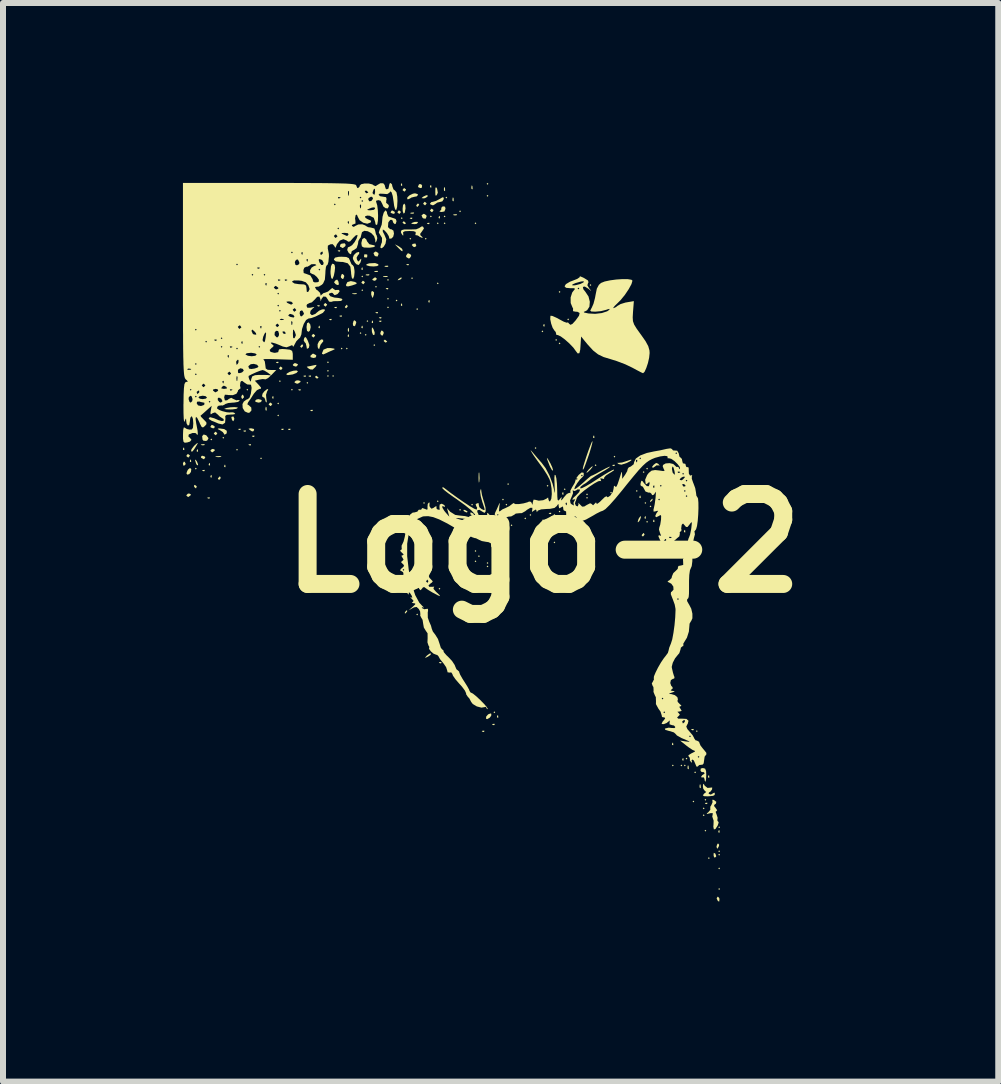
<source format=kicad_pcb>
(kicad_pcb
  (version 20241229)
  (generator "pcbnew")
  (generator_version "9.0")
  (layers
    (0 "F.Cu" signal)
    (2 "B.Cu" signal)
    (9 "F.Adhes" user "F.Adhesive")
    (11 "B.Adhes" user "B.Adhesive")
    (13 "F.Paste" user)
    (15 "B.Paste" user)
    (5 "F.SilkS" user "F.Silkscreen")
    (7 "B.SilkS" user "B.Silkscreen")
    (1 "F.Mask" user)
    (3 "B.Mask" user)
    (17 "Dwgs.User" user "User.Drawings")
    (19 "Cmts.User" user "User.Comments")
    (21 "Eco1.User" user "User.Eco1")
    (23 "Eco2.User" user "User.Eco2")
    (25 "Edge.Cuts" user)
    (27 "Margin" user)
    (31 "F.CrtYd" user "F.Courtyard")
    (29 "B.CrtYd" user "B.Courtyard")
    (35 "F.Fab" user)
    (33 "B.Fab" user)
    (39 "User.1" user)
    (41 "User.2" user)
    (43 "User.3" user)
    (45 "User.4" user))
  (footprint "Logo-2"
    (layer "F.Cu")
    (at 6.007 6.007)
    (property "Reference" "Logo-2" (at 0 0 0) (layer "F.SilkS") (effects (font (size 1.5 1.5) (thickness 0.3))))
    (attr board_only exclude_from_pos_files exclude_from_bom)
    (fp_poly (pts (xy -5.778 -1.244) (xy -5.792 -1.23) (xy -5.807 -1.244) (xy -5.792 -1.259)) (stroke (width 0) (type solid)) (fill yes) (layer "F.SilkS"))
    (fp_poly (pts (xy -5.52 -1.731) (xy -5.535 -1.716) (xy -5.549 -1.731) (xy -5.535 -1.745)) (stroke (width 0) (type solid)) (fill yes) (layer "F.SilkS"))
    (fp_poly (pts (xy -5.32 -1.759) (xy -5.335 -1.745) (xy -5.349 -1.759) (xy -5.335 -1.773)) (stroke (width 0) (type solid)) (fill yes) (layer "F.SilkS"))
    (fp_poly (pts (xy -5.091 -1.559) (xy -5.106 -1.545) (xy -5.12 -1.559) (xy -5.106 -1.573)) (stroke (width 0) (type solid)) (fill yes) (layer "F.SilkS"))
    (fp_poly (pts (xy -4.92 -2.56) (xy -4.934 -2.546) (xy -4.948 -2.56) (xy -4.934 -2.574)) (stroke (width 0) (type solid)) (fill yes) (layer "F.SilkS"))
    (fp_poly (pts (xy -4.691 -1.416) (xy -4.705 -1.402) (xy -4.72 -1.416) (xy -4.705 -1.43)) (stroke (width 0) (type solid)) (fill yes) (layer "F.SilkS"))
    (fp_poly (pts (xy -4.405 -2.331) (xy -4.419 -2.317) (xy -4.434 -2.331) (xy -4.419 -2.345)) (stroke (width 0) (type solid)) (fill yes) (layer "F.SilkS"))
    (fp_poly (pts (xy -4.405 -2.131) (xy -4.419 -2.117) (xy -4.434 -2.131) (xy -4.419 -2.145)) (stroke (width 0) (type solid)) (fill yes) (layer "F.SilkS"))
    (fp_poly (pts (xy -4.376 -2.703) (xy -4.391 -2.689) (xy -4.405 -2.703) (xy -4.391 -2.717)) (stroke (width 0) (type solid)) (fill yes) (layer "F.SilkS"))
    (fp_poly (pts (xy -4.176 -2.56) (xy -4.19 -2.546) (xy -4.205 -2.56) (xy -4.19 -2.574)) (stroke (width 0) (type solid)) (fill yes) (layer "F.SilkS"))
    (fp_poly (pts (xy -3.919 -2.674) (xy -3.933 -2.66) (xy -3.947 -2.674) (xy -3.933 -2.689)) (stroke (width 0) (type solid)) (fill yes) (layer "F.SilkS"))
    (fp_poly (pts (xy -3.575 -3.018) (xy -3.59 -3.003) (xy -3.604 -3.018) (xy -3.59 -3.032)) (stroke (width 0) (type solid)) (fill yes) (layer "F.SilkS"))
    (fp_poly (pts (xy -3.575 -2.875) (xy -3.59 -2.86) (xy -3.604 -2.875) (xy -3.59 -2.889)) (stroke (width 0) (type solid)) (fill yes) (layer "F.SilkS"))
    (fp_poly (pts (xy -3.575 -2.789) (xy -3.59 -2.775) (xy -3.604 -2.789) (xy -3.59 -2.803)) (stroke (width 0) (type solid)) (fill yes) (layer "F.SilkS"))
    (fp_poly (pts (xy -3.49 -2.789) (xy -3.504 -2.775) (xy -3.518 -2.789) (xy -3.504 -2.803)) (stroke (width 0) (type solid)) (fill yes) (layer "F.SilkS"))
    (fp_poly (pts (xy -3.347 -3.247) (xy -3.361 -3.232) (xy -3.375 -3.247) (xy -3.361 -3.261)) (stroke (width 0) (type solid)) (fill yes) (layer "F.SilkS"))
    (fp_poly (pts (xy -3.261 -3.247) (xy -3.275 -3.232) (xy -3.289 -3.247) (xy -3.275 -3.261)) (stroke (width 0) (type solid)) (fill yes) (layer "F.SilkS"))
    (fp_poly (pts (xy -3.032 -3.504) (xy -3.046 -3.49) (xy -3.061 -3.504) (xy -3.046 -3.518)) (stroke (width 0) (type solid)) (fill yes) (layer "F.SilkS"))
    (fp_poly (pts (xy -3.003 -4.448) (xy -3.018 -4.434) (xy -3.032 -4.448) (xy -3.018 -4.462)) (stroke (width 0) (type solid)) (fill yes) (layer "F.SilkS"))
    (fp_poly (pts (xy -3.003 -4.219) (xy -3.018 -4.205) (xy -3.032 -4.219) (xy -3.018 -4.233)) (stroke (width 0) (type solid)) (fill yes) (layer "F.SilkS"))
    (fp_poly (pts (xy -2.946 -3.475) (xy -2.96 -3.461) (xy -2.975 -3.475) (xy -2.96 -3.49)) (stroke (width 0) (type solid)) (fill yes) (layer "F.SilkS"))
    (fp_poly (pts (xy -2.918 -3.704) (xy -2.932 -3.69) (xy -2.946 -3.704) (xy -2.932 -3.718)) (stroke (width 0) (type solid)) (fill yes) (layer "F.SilkS"))
    (fp_poly (pts (xy -2.803 -3.304) (xy -2.817 -3.289) (xy -2.832 -3.304) (xy -2.817 -3.318)) (stroke (width 0) (type solid)) (fill yes) (layer "F.SilkS"))
    (fp_poly (pts (xy -2.775 -4.276) (xy -2.789 -4.262) (xy -2.803 -4.276) (xy -2.789 -4.291)) (stroke (width 0) (type solid)) (fill yes) (layer "F.SilkS"))
    (fp_poly (pts (xy -2.574 -4.391) (xy -2.589 -4.376) (xy -2.603 -4.391) (xy -2.589 -4.405)) (stroke (width 0) (type solid)) (fill yes) (layer "F.SilkS"))
    (fp_poly (pts (xy -2.574 -4.076) (xy -2.589 -4.062) (xy -2.603 -4.076) (xy -2.589 -4.09)) (stroke (width 0) (type solid)) (fill yes) (layer "F.SilkS"))
    (fp_poly (pts (xy -2.574 -3.933) (xy -2.589 -3.919) (xy -2.603 -3.933) (xy -2.589 -3.947)) (stroke (width 0) (type solid)) (fill yes) (layer "F.SilkS"))
    (fp_poly (pts (xy -2.431 -4.047) (xy -2.446 -4.033) (xy -2.46 -4.047) (xy -2.446 -4.062)) (stroke (width 0) (type solid)) (fill yes) (layer "F.SilkS"))
    (fp_poly (pts (xy -2.345 -5.42) (xy -2.36 -5.406) (xy -2.374 -5.42) (xy -2.36 -5.435)) (stroke (width 0) (type solid)) (fill yes) (layer "F.SilkS"))
    (fp_poly (pts (xy -2.288 -0.415) (xy -2.303 -0.4) (xy -2.317 -0.415) (xy -2.303 -0.429)) (stroke (width 0) (type solid)) (fill yes) (layer "F.SilkS"))
    (fp_poly (pts (xy -2.202 -5.077) (xy -2.217 -5.063) (xy -2.231 -5.077) (xy -2.217 -5.091)) (stroke (width 0) (type solid)) (fill yes) (layer "F.SilkS"))
    (fp_poly (pts (xy -2.174 -4.419) (xy -2.188 -4.405) (xy -2.202 -4.419) (xy -2.188 -4.434)) (stroke (width 0) (type solid)) (fill yes) (layer "F.SilkS"))
    (fp_poly (pts (xy -2.088 -3.904) (xy -2.102 -3.89) (xy -2.117 -3.904) (xy -2.102 -3.919)) (stroke (width 0) (type solid)) (fill yes) (layer "F.SilkS"))
    (fp_poly (pts (xy -2.088 1.187) (xy -2.102 1.201) (xy -2.117 1.187) (xy -2.102 1.173)) (stroke (width 0) (type solid)) (fill yes) (layer "F.SilkS"))
    (fp_poly (pts (xy -1.974 -0.672) (xy -1.988 -0.658) (xy -2.002 -0.672) (xy -1.988 -0.686)) (stroke (width 0) (type solid)) (fill yes) (layer "F.SilkS"))
    (fp_poly (pts (xy -1.945 -5.077) (xy -1.959 -5.063) (xy -1.974 -5.077) (xy -1.959 -5.091)) (stroke (width 0) (type solid)) (fill yes) (layer "F.SilkS"))
    (fp_poly (pts (xy -1.859 -5.449) (xy -1.874 -5.435) (xy -1.888 -5.449) (xy -1.874 -5.463)) (stroke (width 0) (type solid)) (fill yes) (layer "F.SilkS"))
    (fp_poly (pts (xy -1.745 -5.335) (xy -1.759 -5.32) (xy -1.773 -5.335) (xy -1.759 -5.349)) (stroke (width 0) (type solid)) (fill yes) (layer "F.SilkS"))
    (fp_poly (pts (xy -1.745 -4.333) (xy -1.759 -4.319) (xy -1.773 -4.333) (xy -1.759 -4.348)) (stroke (width 0) (type solid)) (fill yes) (layer "F.SilkS"))
    (fp_poly (pts (xy -1.745 -0.701) (xy -1.759 -0.686) (xy -1.773 -0.701) (xy -1.759 -0.715)) (stroke (width 0) (type solid)) (fill yes) (layer "F.SilkS"))
    (fp_poly (pts (xy -1.716 0.758) (xy -1.731 0.772) (xy -1.745 0.758) (xy -1.731 0.744)) (stroke (width 0) (type solid)) (fill yes) (layer "F.SilkS"))
    (fp_poly (pts (xy -1.63 -5.449) (xy -1.645 -5.435) (xy -1.659 -5.449) (xy -1.645 -5.463)) (stroke (width 0) (type solid)) (fill yes) (layer "F.SilkS"))
    (fp_poly (pts (xy -1.63 -5.335) (xy -1.645 -5.32) (xy -1.659 -5.335) (xy -1.645 -5.349)) (stroke (width 0) (type solid)) (fill yes) (layer "F.SilkS"))
    (fp_poly (pts (xy -1.602 -5.764) (xy -1.616 -5.749) (xy -1.63 -5.764) (xy -1.616 -5.778)) (stroke (width 0) (type solid)) (fill yes) (layer "F.SilkS"))
    (fp_poly (pts (xy -1.373 -5.535) (xy -1.387 -5.52) (xy -1.402 -5.535) (xy -1.387 -5.549)) (stroke (width 0) (type solid)) (fill yes) (layer "F.SilkS"))
    (fp_poly (pts (xy -1.373 -0.558) (xy -1.387 -0.543) (xy -1.402 -0.558) (xy -1.387 -0.572)) (stroke (width 0) (type solid)) (fill yes) (layer "F.SilkS"))
    (fp_poly (pts (xy -1.173 -0.644) (xy -1.187 -0.629) (xy -1.201 -0.644) (xy -1.187 -0.658)) (stroke (width 0) (type solid)) (fill yes) (layer "F.SilkS"))
    (fp_poly (pts (xy -1.116 -5.335) (xy -1.13 -5.32) (xy -1.144 -5.335) (xy -1.13 -5.349)) (stroke (width 0) (type solid)) (fill yes) (layer "F.SilkS"))
    (fp_poly (pts (xy -1.116 0.129) (xy -1.13 0.143) (xy -1.144 0.129) (xy -1.13 0.114)) (stroke (width 0) (type solid)) (fill yes) (layer "F.SilkS"))
    (fp_poly (pts (xy -1.116 0.3) (xy -1.13 0.315) (xy -1.144 0.3) (xy -1.13 0.286)) (stroke (width 0) (type solid)) (fill yes) (layer "F.SilkS"))
    (fp_poly (pts (xy -1.058 0.215) (xy -1.073 0.229) (xy -1.087 0.215) (xy -1.073 0.2)) (stroke (width 0) (type solid)) (fill yes) (layer "F.SilkS"))
    (fp_poly (pts (xy -0.915 -5.992) (xy -0.93 -5.978) (xy -0.944 -5.992) (xy -0.93 -6.007)) (stroke (width 0) (type solid)) (fill yes) (layer "F.SilkS"))
    (fp_poly (pts (xy -0.915 -5.792) (xy -0.93 -5.778) (xy -0.944 -5.792) (xy -0.93 -5.807)) (stroke (width 0) (type solid)) (fill yes) (layer "F.SilkS"))
    (fp_poly (pts (xy -0.915 0.329) (xy -0.93 0.343) (xy -0.944 0.329) (xy -0.93 0.315)) (stroke (width 0) (type solid)) (fill yes) (layer "F.SilkS"))
    (fp_poly (pts (xy -0.915 0.386) (xy -0.93 0.4) (xy -0.944 0.386) (xy -0.93 0.372)) (stroke (width 0) (type solid)) (fill yes) (layer "F.SilkS"))
    (fp_poly (pts (xy -0.83 0.272) (xy -0.844 0.286) (xy -0.858 0.272) (xy -0.844 0.257)) (stroke (width 0) (type solid)) (fill yes) (layer "F.SilkS"))
    (fp_poly (pts (xy -0.83 0.443) (xy -0.844 0.458) (xy -0.858 0.443) (xy -0.844 0.429)) (stroke (width 0) (type solid)) (fill yes) (layer "F.SilkS"))
    (fp_poly (pts (xy -0.801 2.817) (xy -0.815 2.832) (xy -0.83 2.817) (xy -0.815 2.803)) (stroke (width 0) (type solid)) (fill yes) (layer "F.SilkS"))
    (fp_poly (pts (xy -0.715 0.501) (xy -0.729 0.515) (xy -0.744 0.501) (xy -0.729 0.486)) (stroke (width 0) (type solid)) (fill yes) (layer "F.SilkS"))
    (fp_poly (pts (xy -0.658 -0.729) (xy -0.672 -0.715) (xy -0.686 -0.729) (xy -0.672 -0.744)) (stroke (width 0) (type solid)) (fill yes) (layer "F.SilkS"))
    (fp_poly (pts (xy -0.629 -0.272) (xy -0.644 -0.257) (xy -0.658 -0.272) (xy -0.644 -0.286)) (stroke (width 0) (type solid)) (fill yes) (layer "F.SilkS"))
    (fp_poly (pts (xy -0.601 -0.644) (xy -0.615 -0.629) (xy -0.629 -0.644) (xy -0.615 -0.658)) (stroke (width 0) (type solid)) (fill yes) (layer "F.SilkS"))
    (fp_poly (pts (xy -0.572 -0.987) (xy -0.586 -0.973) (xy -0.601 -0.987) (xy -0.586 -1.001)) (stroke (width 0) (type solid)) (fill yes) (layer "F.SilkS"))
    (fp_poly (pts (xy -0.515 -0.3) (xy -0.529 -0.286) (xy -0.543 -0.3) (xy -0.529 -0.315)) (stroke (width 0) (type solid)) (fill yes) (layer "F.SilkS"))
    (fp_poly (pts (xy -0.286 -0.415) (xy -0.3 -0.4) (xy -0.315 -0.415) (xy -0.3 -0.429)) (stroke (width 0) (type solid)) (fill yes) (layer "F.SilkS"))
    (fp_poly (pts (xy -0.2 -0.472) (xy -0.215 -0.458) (xy -0.229 -0.472) (xy -0.215 -0.486)) (stroke (width 0) (type solid)) (fill yes) (layer "F.SilkS"))
    (fp_poly (pts (xy -0.114 -1.588) (xy -0.129 -1.573) (xy -0.143 -1.588) (xy -0.129 -1.602)) (stroke (width 0) (type solid)) (fill yes) (layer "F.SilkS"))
    (fp_poly (pts (xy -0.000001 -3.533) (xy -0.014 -3.518) (xy -0.029 -3.533) (xy -0.014 -3.547)) (stroke (width 0) (type solid)) (fill yes) (layer "F.SilkS"))
    (fp_poly (pts (xy 0.086 -0.958) (xy 0.072 -0.944) (xy 0.057 -0.958) (xy 0.072 -0.973)) (stroke (width 0) (type solid)) (fill yes) (layer "F.SilkS"))
    (fp_poly (pts (xy 0.2 -0.472) (xy 0.186 -0.458) (xy 0.172 -0.472) (xy 0.186 -0.486)) (stroke (width 0) (type solid)) (fill yes) (layer "F.SilkS"))
    (fp_poly (pts (xy 0.2 -0.014) (xy 0.186 -0.000001) (xy 0.172 -0.014) (xy 0.186 -0.029)) (stroke (width 0) (type solid)) (fill yes) (layer "F.SilkS"))
    (fp_poly (pts (xy 0.229 -3.39) (xy 0.215 -3.375) (xy 0.2 -3.39) (xy 0.215 -3.404)) (stroke (width 0) (type solid)) (fill yes) (layer "F.SilkS"))
    (fp_poly (pts (xy 0.257 -0.443) (xy 0.243 -0.429) (xy 0.229 -0.443) (xy 0.243 -0.458)) (stroke (width 0) (type solid)) (fill yes) (layer "F.SilkS"))
    (fp_poly (pts (xy 0.286 -4.19) (xy 0.272 -4.176) (xy 0.257 -4.19) (xy 0.272 -4.205)) (stroke (width 0) (type solid)) (fill yes) (layer "F.SilkS"))
    (fp_poly (pts (xy 0.286 -3.332) (xy 0.272 -3.318) (xy 0.257 -3.332) (xy 0.272 -3.347)) (stroke (width 0) (type solid)) (fill yes) (layer "F.SilkS"))
    (fp_poly (pts (xy 0.286 -0.529) (xy 0.272 -0.515) (xy 0.257 -0.529) (xy 0.272 -0.543)) (stroke (width 0) (type solid)) (fill yes) (layer "F.SilkS"))
    (fp_poly (pts (xy 0.372 -0.901) (xy 0.358 -0.887) (xy 0.343 -0.901) (xy 0.358 -0.915)) (stroke (width 0) (type solid)) (fill yes) (layer "F.SilkS"))
    (fp_poly (pts (xy 0.429 -3.733) (xy 0.415 -3.718) (xy 0.4 -3.733) (xy 0.415 -3.747)) (stroke (width 0) (type solid)) (fill yes) (layer "F.SilkS"))
    (fp_poly (pts (xy 0.744 -0.815) (xy 0.729 -0.801) (xy 0.715 -0.815) (xy 0.729 -0.83)) (stroke (width 0) (type solid)) (fill yes) (layer "F.SilkS"))
    (fp_poly (pts (xy 0.744 -0.758) (xy 0.729 -0.744) (xy 0.715 -0.758) (xy 0.729 -0.772)) (stroke (width 0) (type solid)) (fill yes) (layer "F.SilkS"))
    (fp_poly (pts (xy 0.801 -4.305) (xy 0.787 -4.291) (xy 0.772 -4.305) (xy 0.787 -4.319)) (stroke (width 0) (type solid)) (fill yes) (layer "F.SilkS"))
    (fp_poly (pts (xy 0.887 -1.301) (xy 0.872 -1.287) (xy 0.858 -1.301) (xy 0.872 -1.316)) (stroke (width 0) (type solid)) (fill yes) (layer "F.SilkS"))
    (fp_poly (pts (xy 1.144 -0.844) (xy 1.13 -0.83) (xy 1.116 -0.844) (xy 1.13 -0.858)) (stroke (width 0) (type solid)) (fill yes) (layer "F.SilkS"))
    (fp_poly (pts (xy 1.201 -1.444) (xy 1.187 -1.43) (xy 1.173 -1.444) (xy 1.187 -1.459)) (stroke (width 0) (type solid)) (fill yes) (layer "F.SilkS"))
    (fp_poly (pts (xy 1.573 -0.872) (xy 1.559 -0.858) (xy 1.545 -0.872) (xy 1.559 -0.887)) (stroke (width 0) (type solid)) (fill yes) (layer "F.SilkS"))
    (fp_poly (pts (xy 1.688 -1.187) (xy 1.673 -1.173) (xy 1.659 -1.187) (xy 1.673 -1.201)) (stroke (width 0) (type solid)) (fill yes) (layer "F.SilkS"))
    (fp_poly (pts (xy 1.716 -0.672) (xy 1.702 -0.658) (xy 1.688 -0.672) (xy 1.702 -0.686)) (stroke (width 0) (type solid)) (fill yes) (layer "F.SilkS"))
    (fp_poly (pts (xy 1.745 -1.244) (xy 1.731 -1.23) (xy 1.716 -1.244) (xy 1.731 -1.259)) (stroke (width 0) (type solid)) (fill yes) (layer "F.SilkS"))
    (fp_poly (pts (xy 1.745 -0.358) (xy 1.731 -0.343) (xy 1.716 -0.358) (xy 1.731 -0.372)) (stroke (width 0) (type solid)) (fill yes) (layer "F.SilkS"))
    (fp_poly (pts (xy 1.802 -0.615) (xy 1.788 -0.601) (xy 1.773 -0.615) (xy 1.788 -0.629)) (stroke (width 0) (type solid)) (fill yes) (layer "F.SilkS"))
    (fp_poly (pts (xy 2.145 0.157) (xy 2.131 0.172) (xy 2.117 0.157) (xy 2.131 0.143)) (stroke (width 0) (type solid)) (fill yes) (layer "F.SilkS"))
    (fp_poly (pts (xy 2.174 3.704) (xy 2.16 3.718) (xy 2.145 3.704) (xy 2.16 3.69)) (stroke (width 0) (type solid)) (fill yes) (layer "F.SilkS"))
    (fp_poly (pts (xy 2.26 0.157) (xy 2.245 0.172) (xy 2.231 0.157) (xy 2.245 0.143)) (stroke (width 0) (type solid)) (fill yes) (layer "F.SilkS"))
    (fp_poly (pts (xy 2.317 3.704) (xy 2.303 3.718) (xy 2.288 3.704) (xy 2.303 3.69)) (stroke (width 0) (type solid)) (fill yes) (layer "F.SilkS"))
    (fp_poly (pts (xy 2.374 3.704) (xy 2.36 3.718) (xy 2.345 3.704) (xy 2.36 3.69)) (stroke (width 0) (type solid)) (fill yes) (layer "F.SilkS"))
    (fp_poly (pts (xy 2.403 3.59) (xy 2.388 3.604) (xy 2.374 3.59) (xy 2.388 3.575)) (stroke (width 0) (type solid)) (fill yes) (layer "F.SilkS"))
    (fp_poly (pts (xy 2.517 4.305) (xy 2.503 4.319) (xy 2.489 4.305) (xy 2.503 4.291)) (stroke (width 0) (type solid)) (fill yes) (layer "F.SilkS"))
    (fp_poly (pts (xy 2.546 3.819) (xy 2.531 3.833) (xy 2.517 3.819) (xy 2.531 3.804)) (stroke (width 0) (type solid)) (fill yes) (layer "F.SilkS"))
    (fp_poly (pts (xy 2.574 3.132) (xy 2.56 3.146) (xy 2.546 3.132) (xy 2.56 3.118)) (stroke (width 0) (type solid)) (fill yes) (layer "F.SilkS"))
    (fp_poly (pts (xy 2.689 4.419) (xy 2.674 4.434) (xy 2.66 4.419) (xy 2.674 4.405)) (stroke (width 0) (type solid)) (fill yes) (layer "F.SilkS"))
    (fp_poly (pts (xy 2.689 4.534) (xy 2.674 4.548) (xy 2.66 4.534) (xy 2.674 4.519)) (stroke (width 0) (type solid)) (fill yes) (layer "F.SilkS"))
    (fp_poly (pts (xy 2.717 4.276) (xy 2.703 4.291) (xy 2.689 4.276) (xy 2.703 4.262)) (stroke (width 0) (type solid)) (fill yes) (layer "F.SilkS"))
    (fp_poly (pts (xy 2.717 4.791) (xy 2.703 4.805) (xy 2.689 4.791) (xy 2.703 4.777)) (stroke (width 0) (type solid)) (fill yes) (layer "F.SilkS"))
    (fp_poly (pts (xy 2.775 5.249) (xy 2.76 5.263) (xy 2.746 5.249) (xy 2.76 5.234)) (stroke (width 0) (type solid)) (fill yes) (layer "F.SilkS"))
    (fp_poly (pts (xy 2.946 4.734) (xy 2.932 4.748) (xy 2.918 4.734) (xy 2.932 4.72)) (stroke (width 0) (type solid)) (fill yes) (layer "F.SilkS"))
    (fp_poly (pts (xy 2.946 5.134) (xy 2.932 5.149) (xy 2.918 5.134) (xy 2.932 5.12)) (stroke (width 0) (type solid)) (fill yes) (layer "F.SilkS"))
    (fp_poly (pts (xy 2.946 5.192) (xy 2.932 5.206) (xy 2.918 5.192) (xy 2.932 5.177)) (stroke (width 0) (type solid)) (fill yes) (layer "F.SilkS"))
    (fp_poly (pts (xy 2.946 5.42) (xy 2.932 5.435) (xy 2.918 5.42) (xy 2.932 5.406)) (stroke (width 0) (type solid)) (fill yes) (layer "F.SilkS"))
    (fp_poly (pts (xy 2.946 5.764) (xy 2.932 5.778) (xy 2.918 5.764) (xy 2.932 5.749)) (stroke (width 0) (type solid)) (fill yes) (layer "F.SilkS"))
    (fp_poly (pts (xy -5.988 -1.592) (xy -5.984 -1.558) (xy -5.988 -1.554) (xy -6.005 -1.558) (xy -6.007 -1.573) (xy -5.996 -1.597)) (stroke (width 0) (type solid)) (fill yes) (layer "F.SilkS"))
    (fp_poly (pts (xy -5.873 -1.392) (xy -5.87 -1.358) (xy -5.873 -1.354) (xy -5.89 -1.358) (xy -5.892 -1.373) (xy -5.882 -1.397)) (stroke (width 0) (type solid)) (fill yes) (layer "F.SilkS"))
    (fp_poly (pts (xy -5.759 -1.564) (xy -5.755 -1.53) (xy -5.759 -1.526) (xy -5.776 -1.529) (xy -5.778 -1.545) (xy -5.767 -1.568)) (stroke (width 0) (type solid)) (fill yes) (layer "F.SilkS"))
    (fp_poly (pts (xy -5.644 -1.22) (xy -5.648 -1.203) (xy -5.664 -1.201) (xy -5.687 -1.212) (xy -5.683 -1.22) (xy -5.649 -1.224)) (stroke (width 0) (type solid)) (fill yes) (layer "F.SilkS"))
    (fp_poly (pts (xy -5.643 -1.648) (xy -5.651 -1.635) (xy -5.68 -1.633) (xy -5.711 -1.64) (xy -5.697 -1.65) (xy -5.653 -1.653)) (stroke (width 0) (type solid)) (fill yes) (layer "F.SilkS"))
    (fp_poly (pts (xy -5.559 -1.335) (xy -5.555 -1.301) (xy -5.559 -1.297) (xy -5.576 -1.301) (xy -5.578 -1.316) (xy -5.567 -1.339)) (stroke (width 0) (type solid)) (fill yes) (layer "F.SilkS"))
    (fp_poly (pts (xy -5.559 -0.763) (xy -5.563 -0.746) (xy -5.578 -0.744) (xy -5.601 -0.754) (xy -5.597 -0.763) (xy -5.563 -0.766)) (stroke (width 0) (type solid)) (fill yes) (layer "F.SilkS"))
    (fp_poly (pts (xy -5.53 -1.135) (xy -5.527 -1.101) (xy -5.53 -1.096) (xy -5.547 -1.1) (xy -5.549 -1.116) (xy -5.539 -1.139)) (stroke (width 0) (type solid)) (fill yes) (layer "F.SilkS"))
    (fp_poly (pts (xy -5.301 -1.306) (xy -5.298 -1.272) (xy -5.301 -1.268) (xy -5.318 -1.272) (xy -5.32 -1.287) (xy -5.31 -1.311)) (stroke (width 0) (type solid)) (fill yes) (layer "F.SilkS"))
    (fp_poly (pts (xy -5.044 -1.907) (xy -5.048 -1.89) (xy -5.063 -1.888) (xy -5.086 -1.898) (xy -5.082 -1.907) (xy -5.048 -1.91)) (stroke (width 0) (type solid)) (fill yes) (layer "F.SilkS"))
    (fp_poly (pts (xy -4.958 -1.878) (xy -4.962 -1.861) (xy -4.977 -1.859) (xy -5.001 -1.87) (xy -4.996 -1.878) (xy -4.962 -1.882)) (stroke (width 0) (type solid)) (fill yes) (layer "F.SilkS"))
    (fp_poly (pts (xy -4.872 -1.649) (xy -4.876 -1.632) (xy -4.891 -1.63) (xy -4.915 -1.641) (xy -4.91 -1.649) (xy -4.876 -1.653)) (stroke (width 0) (type solid)) (fill yes) (layer "F.SilkS"))
    (fp_poly (pts (xy -4.815 -1.792) (xy -4.819 -1.775) (xy -4.834 -1.773) (xy -4.858 -1.784) (xy -4.853 -1.792) (xy -4.819 -1.796)) (stroke (width 0) (type solid)) (fill yes) (layer "F.SilkS"))
    (fp_poly (pts (xy -4.614 -2.265) (xy -4.611 -2.22) (xy -4.617 -2.21) (xy -4.63 -2.219) (xy -4.632 -2.248) (xy -4.625 -2.278)) (stroke (width 0) (type solid)) (fill yes) (layer "F.SilkS"))
    (fp_poly (pts (xy -4.5 -2.45) (xy -4.497 -2.416) (xy -4.5 -2.412) (xy -4.517 -2.416) (xy -4.519 -2.431) (xy -4.509 -2.455)) (stroke (width 0) (type solid)) (fill yes) (layer "F.SilkS"))
    (fp_poly (pts (xy -4.414 -3.022) (xy -4.418 -3.005) (xy -4.434 -3.003) (xy -4.457 -3.014) (xy -4.453 -3.022) (xy -4.419 -3.026)) (stroke (width 0) (type solid)) (fill yes) (layer "F.SilkS"))
    (fp_poly (pts (xy -4.329 -1.907) (xy -4.333 -1.89) (xy -4.348 -1.888) (xy -4.371 -1.898) (xy -4.367 -1.907) (xy -4.333 -1.91)) (stroke (width 0) (type solid)) (fill yes) (layer "F.SilkS"))
    (fp_poly (pts (xy -4.214 -1.907) (xy -4.218 -1.89) (xy -4.233 -1.888) (xy -4.257 -1.898) (xy -4.252 -1.907) (xy -4.218 -1.91)) (stroke (width 0) (type solid)) (fill yes) (layer "F.SilkS"))
    (fp_poly (pts (xy -4.043 -2.565) (xy -4.047 -2.548) (xy -4.062 -2.546) (xy -4.085 -2.556) (xy -4.081 -2.565) (xy -4.047 -2.568)) (stroke (width 0) (type solid)) (fill yes) (layer "F.SilkS"))
    (fp_poly (pts (xy -3.957 -2.794) (xy -3.961 -2.777) (xy -3.976 -2.775) (xy -3.999 -2.785) (xy -3.995 -2.794) (xy -3.961 -2.797)) (stroke (width 0) (type solid)) (fill yes) (layer "F.SilkS"))
    (fp_poly (pts (xy -3.871 -2.794) (xy -3.875 -2.777) (xy -3.89 -2.775) (xy -3.914 -2.785) (xy -3.909 -2.794) (xy -3.875 -2.797)) (stroke (width 0) (type solid)) (fill yes) (layer "F.SilkS"))
    (fp_poly (pts (xy -3.842 -2.222) (xy -3.846 -2.205) (xy -3.861 -2.202) (xy -3.885 -2.213) (xy -3.881 -2.222) (xy -3.847 -2.225)) (stroke (width 0) (type solid)) (fill yes) (layer "F.SilkS"))
    (fp_poly (pts (xy -3.728 -3.966) (xy -3.732 -3.949) (xy -3.747 -3.947) (xy -3.771 -3.958) (xy -3.766 -3.966) (xy -3.732 -3.97)) (stroke (width 0) (type solid)) (fill yes) (layer "F.SilkS"))
    (fp_poly (pts (xy -3.728 -3.623) (xy -3.725 -3.589) (xy -3.728 -3.585) (xy -3.745 -3.589) (xy -3.747 -3.604) (xy -3.737 -3.628)) (stroke (width 0) (type solid)) (fill yes) (layer "F.SilkS"))
    (fp_poly (pts (xy -3.528 -3.738) (xy -3.532 -3.721) (xy -3.547 -3.718) (xy -3.57 -3.729) (xy -3.566 -3.738) (xy -3.532 -3.741)) (stroke (width 0) (type solid)) (fill yes) (layer "F.SilkS"))
    (fp_poly (pts (xy -3.442 -3.938) (xy -3.446 -3.921) (xy -3.461 -3.919) (xy -3.485 -3.929) (xy -3.48 -3.938) (xy -3.446 -3.941)) (stroke (width 0) (type solid)) (fill yes) (layer "F.SilkS"))
    (fp_poly (pts (xy -3.385 -4.882) (xy -3.389 -4.865) (xy -3.404 -4.863) (xy -3.427 -4.873) (xy -3.423 -4.882) (xy -3.389 -4.885)) (stroke (width 0) (type solid)) (fill yes) (layer "F.SilkS"))
    (fp_poly (pts (xy -3.356 -3.795) (xy -3.36 -3.778) (xy -3.375 -3.776) (xy -3.399 -3.786) (xy -3.394 -3.795) (xy -3.36 -3.798)) (stroke (width 0) (type solid)) (fill yes) (layer "F.SilkS"))
    (fp_poly (pts (xy -3.242 -3.48) (xy -3.238 -3.446) (xy -3.242 -3.442) (xy -3.259 -3.446) (xy -3.261 -3.461) (xy -3.25 -3.485)) (stroke (width 0) (type solid)) (fill yes) (layer "F.SilkS"))
    (fp_poly (pts (xy -3.241 -3.581) (xy -3.238 -3.536) (xy -3.244 -3.526) (xy -3.257 -3.535) (xy -3.259 -3.564) (xy -3.252 -3.594)) (stroke (width 0) (type solid)) (fill yes) (layer "F.SilkS"))
    (fp_poly (pts (xy -3.111 -4.166) (xy -3.107 -4.156) (xy -3.146 -4.152) (xy -3.187 -4.157) (xy -3.182 -4.166) (xy -3.124 -4.17)) (stroke (width 0) (type solid)) (fill yes) (layer "F.SilkS"))
    (fp_poly (pts (xy -3.013 -4.596) (xy -3.009 -4.562) (xy -3.013 -4.558) (xy -3.03 -4.561) (xy -3.032 -4.577) (xy -3.022 -4.6)) (stroke (width 0) (type solid)) (fill yes) (layer "F.SilkS"))
    (fp_poly (pts (xy -3.013 -3.623) (xy -3.009 -3.589) (xy -3.013 -3.585) (xy -3.03 -3.589) (xy -3.032 -3.604) (xy -3.022 -3.628)) (stroke (width 0) (type solid)) (fill yes) (layer "F.SilkS"))
    (fp_poly (pts (xy -2.897 -4.479) (xy -2.905 -4.466) (xy -2.934 -4.464) (xy -2.965 -4.471) (xy -2.952 -4.482) (xy -2.907 -4.485)) (stroke (width 0) (type solid)) (fill yes) (layer "F.SilkS"))
    (fp_poly (pts (xy -2.841 -3.709) (xy -2.838 -3.675) (xy -2.841 -3.671) (xy -2.858 -3.675) (xy -2.86 -3.69) (xy -2.85 -3.713)) (stroke (width 0) (type solid)) (fill yes) (layer "F.SilkS"))
    (fp_poly (pts (xy -2.755 -3.852) (xy -2.759 -3.835) (xy -2.775 -3.833) (xy -2.798 -3.843) (xy -2.794 -3.852) (xy -2.76 -3.855)) (stroke (width 0) (type solid)) (fill yes) (layer "F.SilkS"))
    (fp_poly (pts (xy -2.754 -4.537) (xy -2.762 -4.524) (xy -2.791 -4.522) (xy -2.822 -4.529) (xy -2.809 -4.539) (xy -2.764 -4.542)) (stroke (width 0) (type solid)) (fill yes) (layer "F.SilkS"))
    (fp_poly (pts (xy -2.698 -3.766) (xy -2.702 -3.749) (xy -2.717 -3.747) (xy -2.741 -3.758) (xy -2.736 -3.766) (xy -2.702 -3.77)) (stroke (width 0) (type solid)) (fill yes) (layer "F.SilkS"))
    (fp_poly (pts (xy -2.698 -3.709) (xy -2.702 -3.692) (xy -2.717 -3.69) (xy -2.741 -3.7) (xy -2.736 -3.709) (xy -2.702 -3.712)) (stroke (width 0) (type solid)) (fill yes) (layer "F.SilkS"))
    (fp_poly (pts (xy -2.596 -4.453) (xy -2.592 -4.442) (xy -2.632 -4.438) (xy -2.672 -4.443) (xy -2.667 -4.453) (xy -2.609 -4.456)) (stroke (width 0) (type solid)) (fill yes) (layer "F.SilkS"))
    (fp_poly (pts (xy -2.584 -4.252) (xy -2.588 -4.235) (xy -2.603 -4.233) (xy -2.626 -4.244) (xy -2.622 -4.252) (xy -2.588 -4.256)) (stroke (width 0) (type solid)) (fill yes) (layer "F.SilkS"))
    (fp_poly (pts (xy -2.582 -4.622) (xy -2.591 -4.609) (xy -2.62 -4.607) (xy -2.65 -4.614) (xy -2.637 -4.625) (xy -2.592 -4.628)) (stroke (width 0) (type solid)) (fill yes) (layer "F.SilkS"))
    (fp_poly (pts (xy -2.355 -5.997) (xy -2.352 -5.963) (xy -2.355 -5.959) (xy -2.372 -5.963) (xy -2.374 -5.978) (xy -2.364 -6.002)) (stroke (width 0) (type solid)) (fill yes) (layer "F.SilkS"))
    (fp_poly (pts (xy -2.355 -3.995) (xy -2.352 -3.961) (xy -2.355 -3.957) (xy -2.372 -3.961) (xy -2.374 -3.976) (xy -2.364 -3.999)) (stroke (width 0) (type solid)) (fill yes) (layer "F.SilkS"))
    (fp_poly (pts (xy -2.269 0.753) (xy -2.273 0.77) (xy -2.288 0.772) (xy -2.312 0.762) (xy -2.307 0.753) (xy -2.273 0.75)) (stroke (width 0) (type solid)) (fill yes) (layer "F.SilkS"))
    (fp_poly (pts (xy -2.241 -4.653) (xy -2.245 -4.636) (xy -2.26 -4.634) (xy -2.283 -4.644) (xy -2.279 -4.653) (xy -2.245 -4.656)) (stroke (width 0) (type solid)) (fill yes) (layer "F.SilkS"))
    (fp_poly (pts (xy -2.183 -5.425) (xy -2.187 -5.408) (xy -2.202 -5.406) (xy -2.226 -5.417) (xy -2.222 -5.425) (xy -2.188 -5.429)) (stroke (width 0) (type solid)) (fill yes) (layer "F.SilkS"))
    (fp_poly (pts (xy -2.153 -5.509) (xy -2.162 -5.496) (xy -2.191 -5.494) (xy -2.221 -5.501) (xy -2.208 -5.511) (xy -2.163 -5.515)) (stroke (width 0) (type solid)) (fill yes) (layer "F.SilkS"))
    (fp_poly (pts (xy -2.052 0.324) (xy -2.049 0.335) (xy -2.088 0.339) (xy -2.129 0.334) (xy -2.124 0.324) (xy -2.065 0.321)) (stroke (width 0) (type solid)) (fill yes) (layer "F.SilkS"))
    (fp_poly (pts (xy -1.897 -5.339) (xy -1.901 -5.322) (xy -1.916 -5.32) (xy -1.94 -5.331) (xy -1.936 -5.339) (xy -1.902 -5.343)) (stroke (width 0) (type solid)) (fill yes) (layer "F.SilkS"))
    (fp_poly (pts (xy -1.897 -4.052) (xy -1.894 -4.018) (xy -1.897 -4.014) (xy -1.914 -4.018) (xy -1.916 -4.033) (xy -1.906 -4.057)) (stroke (width 0) (type solid)) (fill yes) (layer "F.SilkS"))
    (fp_poly (pts (xy -1.869 -5.969) (xy -1.865 -5.935) (xy -1.869 -5.93) (xy -1.886 -5.934) (xy -1.888 -5.95) (xy -1.877 -5.973)) (stroke (width 0) (type solid)) (fill yes) (layer "F.SilkS"))
    (fp_poly (pts (xy -1.726 -5.454) (xy -1.722 -5.42) (xy -1.726 -5.416) (xy -1.743 -5.42) (xy -1.745 -5.435) (xy -1.734 -5.458)) (stroke (width 0) (type solid)) (fill yes) (layer "F.SilkS"))
    (fp_poly (pts (xy -1.697 1.983) (xy -1.701 2) (xy -1.716 2.002) (xy -1.74 1.992) (xy -1.735 1.983) (xy -1.701 1.98)) (stroke (width 0) (type solid)) (fill yes) (layer "F.SilkS"))
    (fp_poly (pts (xy -1.639 -5.926) (xy -1.636 -5.882) (xy -1.642 -5.871) (xy -1.655 -5.88) (xy -1.657 -5.909) (xy -1.65 -5.94)) (stroke (width 0) (type solid)) (fill yes) (layer "F.SilkS"))
    (fp_poly (pts (xy -1.496 -5.755) (xy -1.493 -5.71) (xy -1.499 -5.7) (xy -1.512 -5.708) (xy -1.514 -5.737) (xy -1.507 -5.768)) (stroke (width 0) (type solid)) (fill yes) (layer "F.SilkS"))
    (fp_poly (pts (xy -1.438 -5.481) (xy -1.446 -5.468) (xy -1.475 -5.466) (xy -1.506 -5.473) (xy -1.493 -5.483) (xy -1.448 -5.486)) (stroke (width 0) (type solid)) (fill yes) (layer "F.SilkS"))
    (fp_poly (pts (xy -1.182 -5.955) (xy -1.178 -5.91) (xy -1.184 -5.9) (xy -1.197 -5.909) (xy -1.199 -5.938) (xy -1.192 -5.968)) (stroke (width 0) (type solid)) (fill yes) (layer "F.SilkS"))
    (fp_poly (pts (xy -0.982 3.127) (xy -0.986 3.144) (xy -1.001 3.146) (xy -1.025 3.136) (xy -1.02 3.127) (xy -0.986 3.124)) (stroke (width 0) (type solid)) (fill yes) (layer "F.SilkS"))
    (fp_poly (pts (xy -0.81 3.013) (xy -0.814 3.03) (xy -0.83 3.032) (xy -0.853 3.022) (xy -0.849 3.013) (xy -0.815 3.009)) (stroke (width 0) (type solid)) (fill yes) (layer "F.SilkS"))
    (fp_poly (pts (xy -0.753 2.87) (xy -0.75 2.904) (xy -0.753 2.908) (xy -0.77 2.904) (xy -0.772 2.889) (xy -0.762 2.865)) (stroke (width 0) (type solid)) (fill yes) (layer "F.SilkS"))
    (fp_poly (pts (xy -0.01 0.01) (xy -0.006 0.043) (xy -0.01 0.048) (xy -0.027 0.044) (xy -0.029 0.029) (xy -0.018 0.005)) (stroke (width 0) (type solid)) (fill yes) (layer "F.SilkS"))
    (fp_poly (pts (xy 0.019 -3.652) (xy 0.022 -3.618) (xy 0.019 -3.614) (xy 0.002 -3.618) (xy -0.000001 -3.633) (xy 0.01 -3.656)) (stroke (width 0) (type solid)) (fill yes) (layer "F.SilkS"))
    (fp_poly (pts (xy 0.019 -0.391) (xy 0.015 -0.374) (xy -0.000001 -0.372) (xy -0.024 -0.382) (xy -0.019 -0.391) (xy 0.015 -0.394)) (stroke (width 0) (type solid)) (fill yes) (layer "F.SilkS"))
    (fp_poly (pts (xy 0.133 -0.505) (xy 0.13 -0.488) (xy 0.114 -0.486) (xy 0.091 -0.497) (xy 0.095 -0.505) (xy 0.129 -0.509)) (stroke (width 0) (type solid)) (fill yes) (layer "F.SilkS"))
    (fp_poly (pts (xy 0.334 -0.849) (xy 0.337 -0.815) (xy 0.334 -0.81) (xy 0.317 -0.814) (xy 0.315 -0.83) (xy 0.325 -0.853)) (stroke (width 0) (type solid)) (fill yes) (layer "F.SilkS"))
    (fp_poly (pts (xy 0.849 -1.792) (xy 0.852 -1.759) (xy 0.849 -1.754) (xy 0.832 -1.758) (xy 0.83 -1.773) (xy 0.84 -1.797)) (stroke (width 0) (type solid)) (fill yes) (layer "F.SilkS"))
    (fp_poly (pts (xy 1.192 -1.306) (xy 1.188 -1.289) (xy 1.173 -1.287) (xy 1.149 -1.298) (xy 1.154 -1.306) (xy 1.188 -1.31)) (stroke (width 0) (type solid)) (fill yes) (layer "F.SilkS"))
    (fp_poly (pts (xy 1.621 -0.791) (xy 1.624 -0.757) (xy 1.621 -0.753) (xy 1.604 -0.757) (xy 1.602 -0.772) (xy 1.612 -0.796)) (stroke (width 0) (type solid)) (fill yes) (layer "F.SilkS"))
    (fp_poly (pts (xy 1.707 -0.448) (xy 1.71 -0.414) (xy 1.707 -0.41) (xy 1.69 -0.414) (xy 1.688 -0.429) (xy 1.698 -0.453)) (stroke (width 0) (type solid)) (fill yes) (layer "F.SilkS"))
    (fp_poly (pts (xy 1.85 -0.391) (xy 1.853 -0.357) (xy 1.85 -0.353) (xy 1.833 -0.357) (xy 1.831 -0.372) (xy 1.841 -0.395)) (stroke (width 0) (type solid)) (fill yes) (layer "F.SilkS"))
    (fp_poly (pts (xy 1.993 0.067) (xy 1.996 0.101) (xy 1.993 0.105) (xy 1.976 0.101) (xy 1.974 0.086) (xy 1.984 0.062)) (stroke (width 0) (type solid)) (fill yes) (layer "F.SilkS"))
    (fp_poly (pts (xy 2.164 3.328) (xy 2.168 3.361) (xy 2.164 3.366) (xy 2.147 3.362) (xy 2.145 3.347) (xy 2.156 3.323)) (stroke (width 0) (type solid)) (fill yes) (layer "F.SilkS"))
    (fp_poly (pts (xy 2.336 3.585) (xy 2.339 3.619) (xy 2.336 3.623) (xy 2.319 3.619) (xy 2.317 3.604) (xy 2.327 3.581)) (stroke (width 0) (type solid)) (fill yes) (layer "F.SilkS"))
    (fp_poly (pts (xy 2.365 -0.219) (xy 2.368 -0.185) (xy 2.365 -0.181) (xy 2.348 -0.185) (xy 2.345 -0.2) (xy 2.356 -0.224)) (stroke (width 0) (type solid)) (fill yes) (layer "F.SilkS"))
    (fp_poly (pts (xy 2.422 3.713) (xy 2.426 3.758) (xy 2.42 3.768) (xy 2.407 3.759) (xy 2.405 3.73) (xy 2.412 3.7)) (stroke (width 0) (type solid)) (fill yes) (layer "F.SilkS"))
    (fp_poly (pts (xy 2.508 3.099) (xy 2.504 3.116) (xy 2.489 3.118) (xy 2.465 3.107) (xy 2.469 3.099) (xy 2.503 3.095)) (stroke (width 0) (type solid)) (fill yes) (layer "F.SilkS"))
    (fp_poly (pts (xy 2.622 4.028) (xy 2.626 4.072) (xy 2.62 4.083) (xy 2.607 4.074) (xy 2.605 4.045) (xy 2.612 4.015)) (stroke (width 0) (type solid)) (fill yes) (layer "F.SilkS"))
    (fp_poly (pts (xy 2.736 4.329) (xy 2.732 4.346) (xy 2.717 4.348) (xy 2.694 4.337) (xy 2.698 4.329) (xy 2.732 4.325)) (stroke (width 0) (type solid)) (fill yes) (layer "F.SilkS"))
    (fp_poly (pts (xy 2.765 3.871) (xy 2.768 3.905) (xy 2.765 3.909) (xy 2.748 3.905) (xy 2.746 3.89) (xy 2.756 3.867)) (stroke (width 0) (type solid)) (fill yes) (layer "F.SilkS"))
    (fp_poly (pts (xy 2.937 4.786) (xy 2.94 4.82) (xy 2.937 4.824) (xy 2.92 4.821) (xy 2.918 4.805) (xy 2.928 4.782)) (stroke (width 0) (type solid)) (fill yes) (layer "F.SilkS"))
    (fp_poly (pts (xy -5.978 -1.358) (xy -5.961 -1.324) (xy -5.965 -1.314) (xy -5.993 -1.288) (xy -6.006 -1.317) (xy -6.007 -1.332) (xy -5.993 -1.361)) (stroke (width 0) (type solid)) (fill yes) (layer "F.SilkS"))
    (fp_poly (pts (xy -5.774 -1.364) (xy -5.755 -1.316) (xy -5.757 -1.298) (xy -5.777 -1.308) (xy -5.789 -1.331) (xy -5.805 -1.385) (xy -5.798 -1.396)) (stroke (width 0) (type solid)) (fill yes) (layer "F.SilkS"))
    (fp_poly (pts (xy -5.151 -2.082) (xy -5.155 -2.056) (xy -5.17 -2.034) (xy -5.189 -2.056) (xy -5.2 -2.098) (xy -5.194 -2.109) (xy -5.166 -2.114)) (stroke (width 0) (type solid)) (fill yes) (layer "F.SilkS"))
    (fp_poly (pts (xy -5.005 -2.474) (xy -4.989 -2.44) (xy -4.993 -2.429) (xy -5.02 -2.404) (xy -5.034 -2.433) (xy -5.034 -2.447) (xy -5.02 -2.477)) (stroke (width 0) (type solid)) (fill yes) (layer "F.SilkS"))
    (fp_poly (pts (xy -3.416 -4.366) (xy -3.406 -4.314) (xy -3.433 -4.305) (xy -3.462 -4.32) (xy -3.488 -4.35) (xy -3.469 -4.38) (xy -3.437 -4.397)) (stroke (width 0) (type solid)) (fill yes) (layer "F.SilkS"))
    (fp_poly (pts (xy -2.359 -4.428) (xy -2.368 -4.407) (xy -2.394 -4.392) (xy -2.428 -4.384) (xy -2.414 -4.405) (xy -2.41 -4.409) (xy -2.373 -4.431)) (stroke (width 0) (type solid)) (fill yes) (layer "F.SilkS"))
    (fp_poly (pts (xy -2.118 -4.965) (xy -2.121 -4.951) (xy -2.149 -4.937) (xy -2.17 -4.946) (xy -2.192 -4.973) (xy -2.175 -4.991) (xy -2.132 -4.998)) (stroke (width 0) (type solid)) (fill yes) (layer "F.SilkS"))
    (fp_poly (pts (xy -2.037 -5.986) (xy -2.02 -5.964) (xy -2.025 -5.927) (xy -2.046 -5.921) (xy -2.084 -5.936) (xy -2.088 -5.948) (xy -2.071 -5.986)) (stroke (width 0) (type solid)) (fill yes) (layer "F.SilkS"))
    (fp_poly (pts (xy -1.88 1.861) (xy -1.921 1.889) (xy -1.967 1.911) (xy -1.966 1.901) (xy -1.939 1.871) (xy -1.895 1.839) (xy -1.872 1.837)) (stroke (width 0) (type solid)) (fill yes) (layer "F.SilkS"))
    (fp_poly (pts (xy -1.303 -0.554) (xy -1.263 -0.531) (xy -1.269 -0.516) (xy -1.285 -0.515) (xy -1.324 -0.536) (xy -1.33 -0.543) (xy -1.325 -0.559)) (stroke (width 0) (type solid)) (fill yes) (layer "F.SilkS"))
    (fp_poly (pts (xy 2.865 5.171) (xy 2.868 5.173) (xy 2.884 5.216) (xy 2.872 5.234) (xy 2.848 5.238) (xy 2.839 5.201) (xy 2.842 5.161)) (stroke (width 0) (type solid)) (fill yes) (layer "F.SilkS"))
    (fp_poly (pts (xy -5.893 -1.466) (xy -5.892 -1.459) (xy -5.914 -1.431) (xy -5.921 -1.43) (xy -5.949 -1.452) (xy -5.95 -1.459) (xy -5.928 -1.487) (xy -5.921 -1.487)) (stroke (width 0) (type solid)) (fill yes) (layer "F.SilkS"))
    (fp_poly (pts (xy -5.875 -0.816) (xy -5.878 -0.801) (xy -5.915 -0.773) (xy -5.923 -0.772) (xy -5.949 -0.794) (xy -5.95 -0.801) (xy -5.926 -0.826) (xy -5.905 -0.83)) (stroke (width 0) (type solid)) (fill yes) (layer "F.SilkS"))
    (fp_poly (pts (xy -5.868 -1.237) (xy -5.874 -1.188) (xy -5.902 -1.153) (xy -5.935 -1.144) (xy -5.949 -1.166) (xy -5.935 -1.206) (xy -5.922 -1.229) (xy -5.89 -1.255)) (stroke (width 0) (type solid)) (fill yes) (layer "F.SilkS"))
    (fp_poly (pts (xy -5.779 -0.952) (xy -5.778 -0.944) (xy -5.788 -0.916) (xy -5.791 -0.915) (xy -5.815 -0.935) (xy -5.821 -0.944) (xy -5.819 -0.97) (xy -5.808 -0.973)) (stroke (width 0) (type solid)) (fill yes) (layer "F.SilkS"))
    (fp_poly (pts (xy -5.64 -1.444) (xy -5.635 -1.43) (xy -5.655 -1.402) (xy -5.662 -1.402) (xy -5.701 -1.422) (xy -5.706 -1.43) (xy -5.7 -1.455) (xy -5.68 -1.459)) (stroke (width 0) (type solid)) (fill yes) (layer "F.SilkS"))
    (fp_poly (pts (xy -5.618 -1.8) (xy -5.581 -1.752) (xy -5.599 -1.717) (xy -5.622 -1.705) (xy -5.668 -1.711) (xy -5.681 -1.73) (xy -5.687 -1.786) (xy -5.661 -1.814)) (stroke (width 0) (type solid)) (fill yes) (layer "F.SilkS"))
    (fp_poly (pts (xy -5.483 -1.953) (xy -5.478 -1.945) (xy -5.484 -1.921) (xy -5.505 -1.916) (xy -5.544 -1.931) (xy -5.549 -1.945) (xy -5.529 -1.973) (xy -5.522 -1.974)) (stroke (width 0) (type solid)) (fill yes) (layer "F.SilkS"))
    (fp_poly (pts (xy -5.475 -1.559) (xy -5.478 -1.545) (xy -5.514 -1.517) (xy -5.522 -1.516) (xy -5.548 -1.538) (xy -5.549 -1.545) (xy -5.526 -1.57) (xy -5.505 -1.573)) (stroke (width 0) (type solid)) (fill yes) (layer "F.SilkS"))
    (fp_poly (pts (xy -5.436 -1.837) (xy -5.435 -1.831) (xy -5.456 -1.803) (xy -5.463 -1.802) (xy -5.491 -1.824) (xy -5.492 -1.831) (xy -5.47 -1.858) (xy -5.463 -1.859)) (stroke (width 0) (type solid)) (fill yes) (layer "F.SilkS"))
    (fp_poly (pts (xy -5.378 -1.093) (xy -5.377 -1.087) (xy -5.399 -1.059) (xy -5.408 -1.058) (xy -5.425 -1.076) (xy -5.42 -1.087) (xy -5.395 -1.114) (xy -5.39 -1.116)) (stroke (width 0) (type solid)) (fill yes) (layer "F.SilkS"))
    (fp_poly (pts (xy -5.37 -1.449) (xy -5.369 -1.44) (xy -5.414 -1.436) (xy -5.42 -1.436) (xy -5.465 -1.44) (xy -5.461 -1.449) (xy -5.456 -1.45) (xy -5.393 -1.454)) (stroke (width 0) (type solid)) (fill yes) (layer "F.SilkS"))
    (fp_poly (pts (xy -4.824 -1.906) (xy -4.82 -1.888) (xy -4.838 -1.864) (xy -4.862 -1.869) (xy -4.891 -1.888) (xy -4.913 -1.909) (xy -4.885 -1.916) (xy -4.868 -1.916)) (stroke (width 0) (type solid)) (fill yes) (layer "F.SilkS"))
    (fp_poly (pts (xy -4.702 -2.391) (xy -4.691 -2.374) (xy -4.715 -2.351) (xy -4.748 -2.345) (xy -4.795 -2.357) (xy -4.805 -2.374) (xy -4.781 -2.397) (xy -4.748 -2.403)) (stroke (width 0) (type solid)) (fill yes) (layer "F.SilkS"))
    (fp_poly (pts (xy -4.52 -2.324) (xy -4.519 -2.317) (xy -4.541 -2.289) (xy -4.548 -2.288) (xy -4.576 -2.31) (xy -4.577 -2.317) (xy -4.555 -2.345) (xy -4.548 -2.345)) (stroke (width 0) (type solid)) (fill yes) (layer "F.SilkS"))
    (fp_poly (pts (xy -4.349 -2.924) (xy -4.348 -2.918) (xy -4.37 -2.89) (xy -4.376 -2.889) (xy -4.404 -2.911) (xy -4.405 -2.918) (xy -4.383 -2.945) (xy -4.376 -2.946)) (stroke (width 0) (type solid)) (fill yes) (layer "F.SilkS"))
    (fp_poly (pts (xy -4.095 -2.988) (xy -4.09 -2.975) (xy -4.113 -2.949) (xy -4.133 -2.946) (xy -4.171 -2.962) (xy -4.176 -2.975) (xy -4.153 -3) (xy -4.133 -3.003)) (stroke (width 0) (type solid)) (fill yes) (layer "F.SilkS"))
    (fp_poly (pts (xy -4.049 -2.706) (xy -4.047 -2.689) (xy -4.089 -2.662) (xy -4.106 -2.66) (xy -4.143 -2.676) (xy -4.148 -2.689) (xy -4.123 -2.712) (xy -4.089 -2.717)) (stroke (width 0) (type solid)) (fill yes) (layer "F.SilkS"))
    (fp_poly (pts (xy -4.005 -3.296) (xy -4.005 -3.289) (xy -4.026 -3.262) (xy -4.035 -3.261) (xy -4.052 -3.278) (xy -4.047 -3.289) (xy -4.022 -3.317) (xy -4.017 -3.318)) (stroke (width 0) (type solid)) (fill yes) (layer "F.SilkS"))
    (fp_poly (pts (xy -3.885 -3.649) (xy -3.877 -3.604) (xy -3.89 -3.547) (xy -3.912 -3.525) (xy -3.939 -3.54) (xy -3.947 -3.604) (xy -3.938 -3.669) (xy -3.912 -3.683)) (stroke (width 0) (type solid)) (fill yes) (layer "F.SilkS"))
    (fp_poly (pts (xy -3.805 -3.468) (xy -3.804 -3.461) (xy -3.826 -3.433) (xy -3.833 -3.432) (xy -3.861 -3.454) (xy -3.861 -3.461) (xy -3.84 -3.489) (xy -3.833 -3.49)) (stroke (width 0) (type solid)) (fill yes) (layer "F.SilkS"))
    (fp_poly (pts (xy -3.79 -3.138) (xy -3.783 -3.125) (xy -3.796 -3.096) (xy -3.833 -3.089) (xy -3.878 -3.102) (xy -3.883 -3.125) (xy -3.848 -3.158) (xy -3.833 -3.161)) (stroke (width 0) (type solid)) (fill yes) (layer "F.SilkS"))
    (fp_poly (pts (xy -3.776 -2.789) (xy -3.748 -2.763) (xy -3.747 -2.759) (xy -3.769 -2.746) (xy -3.776 -2.746) (xy -3.803 -2.768) (xy -3.804 -2.776) (xy -3.787 -2.793)) (stroke (width 0) (type solid)) (fill yes) (layer "F.SilkS"))
    (fp_poly (pts (xy -3.605 -3.983) (xy -3.604 -3.976) (xy -3.626 -3.948) (xy -3.633 -3.947) (xy -3.66 -3.969) (xy -3.661 -3.976) (xy -3.639 -4.004) (xy -3.633 -4.005)) (stroke (width 0) (type solid)) (fill yes) (layer "F.SilkS"))
    (fp_poly (pts (xy -3.321 -4.468) (xy -3.318 -4.448) (xy -3.333 -4.41) (xy -3.347 -4.405) (xy -3.372 -4.428) (xy -3.375 -4.448) (xy -3.36 -4.486) (xy -3.347 -4.491)) (stroke (width 0) (type solid)) (fill yes) (layer "F.SilkS"))
    (fp_poly (pts (xy -3.293 -4.974) (xy -3.303 -4.95) (xy -3.344 -4.921) (xy -3.386 -4.944) (xy -3.39 -4.949) (xy -3.383 -4.981) (xy -3.362 -4.995) (xy -3.31 -5.001)) (stroke (width 0) (type solid)) (fill yes) (layer "F.SilkS"))
    (fp_poly (pts (xy -3.261 -3.954) (xy -3.261 -3.947) (xy -3.283 -3.92) (xy -3.291 -3.919) (xy -3.308 -3.936) (xy -3.304 -3.947) (xy -3.278 -3.975) (xy -3.273 -3.976)) (stroke (width 0) (type solid)) (fill yes) (layer "F.SilkS"))
    (fp_poly (pts (xy -3.121 -3.695) (xy -3.118 -3.677) (xy -3.135 -3.629) (xy -3.146 -3.618) (xy -3.169 -3.627) (xy -3.175 -3.66) (xy -3.163 -3.707) (xy -3.146 -3.718)) (stroke (width 0) (type solid)) (fill yes) (layer "F.SilkS"))
    (fp_poly (pts (xy -2.976 -4.355) (xy -2.975 -4.348) (xy -2.997 -4.32) (xy -3.003 -4.319) (xy -3.031 -4.341) (xy -3.032 -4.348) (xy -3.01 -4.376) (xy -3.003 -4.376)) (stroke (width 0) (type solid)) (fill yes) (layer "F.SilkS"))
    (fp_poly (pts (xy -2.94 -4.815) (xy -2.933 -4.808) (xy -2.936 -4.77) (xy -2.944 -4.764) (xy -2.981 -4.767) (xy -2.988 -4.774) (xy -2.985 -4.812) (xy -2.977 -4.818)) (stroke (width 0) (type solid)) (fill yes) (layer "F.SilkS"))
    (fp_poly (pts (xy -2.821 -4.183) (xy -2.823 -4.148) (xy -2.839 -4.101) (xy -2.846 -4.09) (xy -2.858 -4.114) (xy -2.869 -4.148) (xy -2.867 -4.195) (xy -2.846 -4.205)) (stroke (width 0) (type solid)) (fill yes) (layer "F.SilkS"))
    (fp_poly (pts (xy -2.775 -4.412) (xy -2.775 -4.405) (xy -2.798 -4.38) (xy -2.819 -4.376) (xy -2.849 -4.39) (xy -2.846 -4.405) (xy -2.809 -4.432) (xy -2.801 -4.434)) (stroke (width 0) (type solid)) (fill yes) (layer "F.SilkS"))
    (fp_poly (pts (xy -2.751 -4.84) (xy -2.746 -4.82) (xy -2.763 -4.78) (xy -2.803 -4.787) (xy -2.813 -4.796) (xy -2.831 -4.838) (xy -2.801 -4.862) (xy -2.789 -4.863)) (stroke (width 0) (type solid)) (fill yes) (layer "F.SilkS"))
    (fp_poly (pts (xy -2.663 -3.524) (xy -2.66 -3.504) (xy -2.676 -3.466) (xy -2.689 -3.461) (xy -2.714 -3.484) (xy -2.717 -3.504) (xy -2.702 -3.542) (xy -2.689 -3.547)) (stroke (width 0) (type solid)) (fill yes) (layer "F.SilkS"))
    (fp_poly (pts (xy -2.632 -3.39) (xy -2.604 -3.364) (xy -2.603 -3.359) (xy -2.625 -3.347) (xy -2.632 -3.347) (xy -2.659 -3.369) (xy -2.66 -3.377) (xy -2.643 -3.394)) (stroke (width 0) (type solid)) (fill yes) (layer "F.SilkS"))
    (fp_poly (pts (xy -2.48 -5.528) (xy -2.474 -5.52) (xy -2.481 -5.496) (xy -2.501 -5.492) (xy -2.54 -5.507) (xy -2.546 -5.52) (xy -2.525 -5.548) (xy -2.519 -5.549)) (stroke (width 0) (type solid)) (fill yes) (layer "F.SilkS"))
    (fp_poly (pts (xy -2.41 -4.951) (xy -2.361 -4.916) (xy -2.345 -4.89) (xy -2.349 -4.868) (xy -2.367 -4.876) (xy -2.411 -4.919) (xy -2.417 -4.925) (xy -2.474 -4.984)) (stroke (width 0) (type solid)) (fill yes) (layer "F.SilkS"))
    (fp_poly (pts (xy -2.375 -5.527) (xy -2.374 -5.52) (xy -2.396 -5.493) (xy -2.403 -5.492) (xy -2.43 -5.514) (xy -2.431 -5.52) (xy -2.41 -5.548) (xy -2.403 -5.549)) (stroke (width 0) (type solid)) (fill yes) (layer "F.SilkS"))
    (fp_poly (pts (xy -2.317 -5.363) (xy -2.29 -5.337) (xy -2.288 -5.333) (xy -2.31 -5.321) (xy -2.317 -5.32) (xy -2.344 -5.342) (xy -2.345 -5.351) (xy -2.328 -5.368)) (stroke (width 0) (type solid)) (fill yes) (layer "F.SilkS"))
    (fp_poly (pts (xy -2.289 -5.899) (xy -2.288 -5.892) (xy -2.31 -5.865) (xy -2.317 -5.864) (xy -2.345 -5.886) (xy -2.345 -5.892) (xy -2.324 -5.92) (xy -2.317 -5.921)) (stroke (width 0) (type solid)) (fill yes) (layer "F.SilkS"))
    (fp_poly (pts (xy -2.269 1.134) (xy -2.274 1.144) (xy -2.301 1.171) (xy -2.306 1.173) (xy -2.308 1.154) (xy -2.303 1.144) (xy -2.276 1.117) (xy -2.271 1.116)) (stroke (width 0) (type solid)) (fill yes) (layer "F.SilkS"))
    (fp_poly (pts (xy -2.207 -4.811) (xy -2.202 -4.791) (xy -2.225 -4.753) (xy -2.245 -4.748) (xy -2.283 -4.771) (xy -2.288 -4.791) (xy -2.265 -4.829) (xy -2.245 -4.834)) (stroke (width 0) (type solid)) (fill yes) (layer "F.SilkS"))
    (fp_poly (pts (xy -2.088 -5.346) (xy -2.112 -5.325) (xy -2.145 -5.32) (xy -2.192 -5.325) (xy -2.202 -5.331) (xy -2.179 -5.346) (xy -2.145 -5.357) (xy -2.1 -5.359)) (stroke (width 0) (type solid)) (fill yes) (layer "F.SilkS"))
    (fp_poly (pts (xy -2.069 -5.646) (xy -2.074 -5.635) (xy -2.099 -5.608) (xy -2.104 -5.606) (xy -2.116 -5.628) (xy -2.117 -5.635) (xy -2.095 -5.662) (xy -2.086 -5.664)) (stroke (width 0) (type solid)) (fill yes) (layer "F.SilkS"))
    (fp_poly (pts (xy -1.95 -5.469) (xy -1.945 -5.449) (xy -1.962 -5.41) (xy -2.002 -5.417) (xy -2.012 -5.425) (xy -2.03 -5.467) (xy -2 -5.491) (xy -1.988 -5.492)) (stroke (width 0) (type solid)) (fill yes) (layer "F.SilkS"))
    (fp_poly (pts (xy -1.946 -5.67) (xy -1.945 -5.664) (xy -1.967 -5.636) (xy -1.974 -5.635) (xy -2.001 -5.657) (xy -2.002 -5.664) (xy -1.98 -5.691) (xy -1.974 -5.692)) (stroke (width 0) (type solid)) (fill yes) (layer "F.SilkS"))
    (fp_poly (pts (xy -1.925 -5.799) (xy -1.931 -5.778) (xy -1.972 -5.753) (xy -1.997 -5.75) (xy -2.029 -5.754) (xy -2.008 -5.774) (xy -2.002 -5.778) (xy -1.95 -5.803)) (stroke (width 0) (type solid)) (fill yes) (layer "F.SilkS"))
    (fp_poly (pts (xy -1.831 -5.556) (xy -1.831 -5.549) (xy -1.852 -5.521) (xy -1.859 -5.52) (xy -1.887 -5.542) (xy -1.888 -5.549) (xy -1.866 -5.577) (xy -1.859 -5.578)) (stroke (width 0) (type solid)) (fill yes) (layer "F.SilkS"))
    (fp_poly (pts (xy -1.771 -5.914) (xy -1.758 -5.845) (xy -1.771 -5.814) (xy -1.79 -5.79) (xy -1.799 -5.812) (xy -1.8 -5.864) (xy -1.798 -5.925) (xy -1.787 -5.936)) (stroke (width 0) (type solid)) (fill yes) (layer "F.SilkS"))
    (fp_poly (pts (xy -1.164 -0.494) (xy -1.158 -0.486) (xy -1.16 -0.46) (xy -1.169 -0.458) (xy -1.21 -0.479) (xy -1.216 -0.486) (xy -1.214 -0.513) (xy -1.205 -0.515)) (stroke (width 0) (type solid)) (fill yes) (layer "F.SilkS"))
    (fp_poly (pts (xy -1.066 -1.165) (xy -1.062 -1.081) (xy -1.067 -1.022) (xy -1.074 -1.011) (xy -1.078 -1.048) (xy -1.079 -1.101) (xy -1.077 -1.166) (xy -1.071 -1.185)) (stroke (width 0) (type solid)) (fill yes) (layer "F.SilkS"))
    (fp_poly (pts (xy -0.866 2.843) (xy -0.868 2.875) (xy -0.892 2.907) (xy -0.935 2.932) (xy -0.955 2.924) (xy -0.951 2.888) (xy -0.919 2.852) (xy -0.88 2.837)) (stroke (width 0) (type solid)) (fill yes) (layer "F.SilkS"))
    (fp_poly (pts (xy 0.818 -1.269) (xy 0.787 -1.23) (xy 0.744 -1.188) (xy 0.721 -1.173) (xy 0.726 -1.191) (xy 0.758 -1.23) (xy 0.801 -1.272) (xy 0.824 -1.287)) (stroke (width 0) (type solid)) (fill yes) (layer "F.SilkS"))
    (fp_poly (pts (xy 1.63 -0.443) (xy 1.615 -0.396) (xy 1.602 -0.372) (xy 1.579 -0.349) (xy 1.574 -0.358) (xy 1.588 -0.405) (xy 1.602 -0.429) (xy 1.624 -0.452)) (stroke (width 0) (type solid)) (fill yes) (layer "F.SilkS"))
    (fp_poly (pts (xy 1.687 -0.149) (xy 1.688 -0.143) (xy 1.666 -0.116) (xy 1.657 -0.114) (xy 1.64 -0.132) (xy 1.645 -0.143) (xy 1.67 -0.17) (xy 1.675 -0.172)) (stroke (width 0) (type solid)) (fill yes) (layer "F.SilkS"))
    (fp_poly (pts (xy 1.822 -0.725) (xy 1.816 -0.715) (xy 1.789 -0.688) (xy 1.784 -0.686) (xy 1.782 -0.705) (xy 1.788 -0.715) (xy 1.815 -0.742) (xy 1.82 -0.744)) (stroke (width 0) (type solid)) (fill yes) (layer "F.SilkS"))
    (fp_poly (pts (xy 2.932 5.027) (xy 2.928 5.049) (xy 2.908 5.086) (xy 2.9 5.091) (xy 2.89 5.068) (xy 2.889 5.049) (xy 2.904 5.01) (xy 2.917 5.006)) (stroke (width 0) (type solid)) (fill yes) (layer "F.SilkS"))
    (fp_poly (pts (xy 2.934 5.916) (xy 2.937 5.935) (xy 2.933 5.974) (xy 2.915 5.966) (xy 2.908 5.959) (xy 2.89 5.92) (xy 2.905 5.894) (xy 2.913 5.892)) (stroke (width 0) (type solid)) (fill yes) (layer "F.SilkS"))
    (fp_poly (pts (xy -2.84 -3.586) (xy -2.829 -3.567) (xy -2.811 -3.517) (xy -2.812 -3.479) (xy -2.83 -3.471) (xy -2.84 -3.478) (xy -2.856 -3.521) (xy -2.859 -3.559) (xy -2.856 -3.6)) (stroke (width 0) (type solid)) (fill yes) (layer "F.SilkS"))
    (fp_poly (pts (xy -5.759 -1.671) (xy -5.772 -1.645) (xy -5.821 -1.565) (xy -5.851 -1.529) (xy -5.87 -1.532) (xy -5.872 -1.535) (xy -5.864 -1.569) (xy -5.824 -1.621) (xy -5.814 -1.631) (xy -5.769 -1.671)) (stroke (width 0) (type solid)) (fill yes) (layer "F.SilkS"))
    (fp_poly (pts (xy -3.783 -2.96) (xy -3.801 -2.937) (xy -3.844 -2.896) (xy -3.887 -2.899) (xy -3.919 -2.918) (xy -3.942 -2.941) (xy -3.933 -2.946) (xy -3.885 -2.954) (xy -3.833 -2.966) (xy -3.784 -2.975)) (stroke (width 0) (type solid)) (fill yes) (layer "F.SilkS"))
    (fp_poly (pts (xy -3.141 -4.357) (xy -3.109 -4.339) (xy -3.118 -4.323) (xy -3.175 -4.303) (xy -3.186 -4.299) (xy -3.254 -4.282) (xy -3.284 -4.287) (xy -3.289 -4.308) (xy -3.266 -4.354) (xy -3.209 -4.371)) (stroke (width 0) (type solid)) (fill yes) (layer "F.SilkS"))
    (fp_poly (pts (xy -2.301 -5.639) (xy -2.296 -5.579) (xy -2.297 -5.578) (xy -2.31 -5.51) (xy -2.328 -5.495) (xy -2.343 -5.535) (xy -2.345 -5.578) (xy -2.338 -5.638) (xy -2.318 -5.664) (xy -2.318 -5.664)) (stroke (width 0) (type solid)) (fill yes) (layer "F.SilkS"))
    (fp_poly (pts (xy -1.638 -5.612) (xy -1.63 -5.577) (xy -1.648 -5.532) (xy -1.695 -5.523) (xy -1.731 -5.529) (xy -1.723 -5.539) (xy -1.699 -5.566) (xy -1.702 -5.577) (xy -1.693 -5.605) (xy -1.673 -5.617)) (stroke (width 0) (type solid)) (fill yes) (layer "F.SilkS"))
    (fp_poly (pts (xy -5.319 -1.904) (xy -5.276 -1.875) (xy -5.277 -1.836) (xy -5.285 -1.826) (xy -5.315 -1.809) (xy -5.32 -1.821) (xy -5.343 -1.854) (xy -5.385 -1.882) (xy -5.428 -1.904) (xy -5.42 -1.913) (xy -5.392 -1.914)) (stroke (width 0) (type solid)) (fill yes) (layer "F.SilkS"))
    (fp_poly (pts (xy -5.1 -2.265) (xy -5.091 -2.258) (xy -5.117 -2.241) (xy -5.181 -2.232) (xy -5.211 -2.231) (xy -5.281 -2.233) (xy -5.317 -2.239) (xy -5.318 -2.241) (xy -5.278 -2.256) (xy -5.213 -2.267) (xy -5.147 -2.27)) (stroke (width 0) (type solid)) (fill yes) (layer "F.SilkS"))
    (fp_poly (pts (xy -4.09 -2.868) (xy -4.09 -2.867) (xy -4.115 -2.839) (xy -4.176 -2.815) (xy -4.252 -2.804) (xy -4.261 -2.804) (xy -4.285 -2.815) (xy -4.275 -2.83) (xy -4.229 -2.857) (xy -4.168 -2.876) (xy -4.114 -2.881)) (stroke (width 0) (type solid)) (fill yes) (layer "F.SilkS"))
    (fp_poly (pts (xy -3.67 -3.393) (xy -3.669 -3.362) (xy -3.68 -3.352) (xy -3.713 -3.31) (xy -3.725 -3.275) (xy -3.737 -3.235) (xy -3.752 -3.25) (xy -3.761 -3.27) (xy -3.762 -3.32) (xy -3.738 -3.369) (xy -3.702 -3.399)) (stroke (width 0) (type solid)) (fill yes) (layer "F.SilkS"))
    (fp_poly (pts (xy -3.544 -3.254) (xy -3.485 -3.245) (xy -3.477 -3.234) (xy -3.504 -3.222) (xy -3.577 -3.19) (xy -3.611 -3.173) (xy -3.667 -3.148) (xy -3.688 -3.158) (xy -3.689 -3.168) (xy -3.664 -3.228) (xy -3.597 -3.255)) (stroke (width 0) (type solid)) (fill yes) (layer "F.SilkS"))
    (fp_poly (pts (xy -2.753 -4.654) (xy -2.746 -4.636) (xy -2.77 -4.621) (xy -2.827 -4.615) (xy -2.893 -4.619) (xy -2.944 -4.633) (xy -2.948 -4.635) (xy -2.948 -4.652) (xy -2.901 -4.667) (xy -2.896 -4.667) (xy -2.804 -4.672)) (stroke (width 0) (type solid)) (fill yes) (layer "F.SilkS"))
    (fp_poly (pts (xy 0.075 -1.409) (xy 0.112 -1.344) (xy 0.118 -1.335) (xy 0.15 -1.265) (xy 0.163 -1.218) (xy 0.161 -1.21) (xy 0.142 -1.224) (xy 0.113 -1.277) (xy 0.102 -1.302) (xy 0.069 -1.386) (xy 0.06 -1.423)) (stroke (width 0) (type solid)) (fill yes) (layer "F.SilkS"))
    (fp_poly (pts (xy 1.474 -1.39) (xy 1.445 -1.366) (xy 1.391 -1.338) (xy 1.303 -1.31) (xy 1.256 -1.32) (xy 1.231 -1.341) (xy 1.257 -1.341) (xy 1.259 -1.341) (xy 1.315 -1.347) (xy 1.384 -1.369) (xy 1.454 -1.393)) (stroke (width 0) (type solid)) (fill yes) (layer "F.SilkS"))
    (fp_poly (pts (xy 1.914 -1.327) (xy 1.923 -1.317) (xy 1.942 -1.292) (xy 1.926 -1.298) (xy 1.884 -1.298) (xy 1.874 -1.288) (xy 1.833 -1.26) (xy 1.823 -1.259) (xy 1.814 -1.275) (xy 1.839 -1.307) (xy 1.881 -1.339)) (stroke (width 0) (type solid)) (fill yes) (layer "F.SilkS"))
    (fp_poly (pts (xy -3.49 -4.654) (xy -3.478 -4.638) (xy -3.471 -4.595) (xy -3.478 -4.528) (xy -3.492 -4.46) (xy -3.511 -4.413) (xy -3.522 -4.405) (xy -3.537 -4.431) (xy -3.546 -4.495) (xy -3.547 -4.534) (xy -3.539 -4.619) (xy -3.519 -4.661)) (stroke (width 0) (type solid)) (fill yes) (layer "F.SilkS"))
    (fp_poly (pts (xy -2.096 -5.822) (xy -2.088 -5.807) (xy -2.112 -5.782) (xy -2.14 -5.778) (xy -2.2 -5.763) (xy -2.22 -5.749) (xy -2.257 -5.733) (xy -2.268 -5.739) (xy -2.266 -5.767) (xy -2.228 -5.802) (xy -2.173 -5.828) (xy -2.138 -5.834)) (stroke (width 0) (type solid)) (fill yes) (layer "F.SilkS"))
    (fp_poly (pts (xy -3.951 -3.425) (xy -3.925 -3.376) (xy -3.899 -3.305) (xy -3.907 -3.262) (xy -3.914 -3.254) (xy -3.94 -3.241) (xy -3.947 -3.279) (xy -3.947 -3.281) (xy -3.96 -3.334) (xy -3.978 -3.352) (xy -3.994 -3.382) (xy -3.988 -3.414) (xy -3.971 -3.441)) (stroke (width 0) (type solid)) (fill yes) (layer "F.SilkS"))
    (fp_poly (pts (xy -4.596 -2.543) (xy -4.603 -2.534) (xy -4.622 -2.475) (xy -4.618 -2.42) (xy -4.61 -2.366) (xy -4.616 -2.345) (xy -4.632 -2.369) (xy -4.634 -2.388) (xy -4.649 -2.426) (xy -4.662 -2.431) (xy -4.689 -2.45) (xy -4.68 -2.494) (xy -4.65 -2.533) (xy -4.607 -2.568) (xy -4.585 -2.571)) (stroke (width 0) (type solid)) (fill yes) (layer "F.SilkS"))
    (fp_poly (pts (xy -2.951 -5.066) (xy -2.938 -5.034) (xy -2.9 -4.986) (xy -2.863 -4.977) (xy -2.815 -4.967) (xy -2.803 -4.952) (xy -2.829 -4.937) (xy -2.892 -4.928) (xy -2.918 -4.928) (xy -2.991 -4.931) (xy -3.024 -4.949) (xy -3.032 -4.994) (xy -3.032 -5.01) (xy -3.017 -5.071) (xy -2.985 -5.092)) (stroke (width 0) (type solid)) (fill yes) (layer "F.SilkS"))
    (fp_poly (pts (xy -1.661 -5.764) (xy -1.659 -5.738) (xy -1.683 -5.7) (xy -1.715 -5.692) (xy -1.769 -5.679) (xy -1.788 -5.664) (xy -1.829 -5.637) (xy -1.847 -5.635) (xy -1.884 -5.651) (xy -1.888 -5.664) (xy -1.865 -5.689) (xy -1.844 -5.692) (xy -1.789 -5.707) (xy -1.73 -5.738) (xy -1.68 -5.768)) (stroke (width 0) (type solid)) (fill yes) (layer "F.SilkS"))
    (fp_poly (pts (xy 0.82 -1.706) (xy 0.818 -1.675) (xy 0.8 -1.604) (xy 0.77 -1.505) (xy 0.758 -1.469) (xy 0.711 -1.335) (xy 0.68 -1.254) (xy 0.662 -1.225) (xy 0.658 -1.238) (xy 0.666 -1.278) (xy 0.688 -1.351) (xy 0.718 -1.444) (xy 0.751 -1.54) (xy 0.783 -1.625) (xy 0.808 -1.686) (xy 0.82 -1.706)) (stroke (width 0) (type solid)) (fill yes) (layer "F.SilkS"))
    (fp_poly (pts (xy -3.068 -4.851) (xy -3.07 -4.822) (xy -3.087 -4.807) (xy -3.112 -4.762) (xy -3.106 -4.73) (xy -3.086 -4.696) (xy -3.064 -4.714) (xy -3.059 -4.72) (xy -3.037 -4.746) (xy -3.035 -4.725) (xy -3.049 -4.679) (xy -3.077 -4.639) (xy -3.114 -4.651) (xy -3.139 -4.677) (xy -3.17 -4.732) (xy -3.175 -4.758) (xy -3.158 -4.804) (xy -3.119 -4.843) (xy -3.079 -4.857)) (stroke (width 0) (type solid)) (fill yes) (layer "F.SilkS"))
    (fp_poly (pts (xy 2.698 3.757) (xy 2.714 3.797) (xy 2.717 3.861) (xy 2.714 3.933) (xy 2.706 3.973) (xy 2.703 3.976) (xy 2.69 3.952) (xy 2.689 3.931) (xy 2.675 3.902) (xy 2.66 3.904) (xy 2.634 3.902) (xy 2.632 3.892) (xy 2.652 3.863) (xy 2.66 3.861) (xy 2.688 3.839) (xy 2.689 3.831) (xy 2.672 3.813) (xy 2.663 3.817) (xy 2.633 3.809) (xy 2.621 3.79) (xy 2.626 3.755) (xy 2.661 3.747)) (stroke (width 0) (type solid)) (fill yes) (layer "F.SilkS"))
    (fp_poly (pts (xy -3.284 -4.773) (xy -3.242 -4.754) (xy -3.222 -4.712) (xy -3.22 -4.705) (xy -3.197 -4.652) (xy -3.174 -4.634) (xy -3.157 -4.608) (xy -3.147 -4.545) (xy -3.146 -4.519) (xy -3.153 -4.448) (xy -3.169 -4.408) (xy -3.175 -4.405) (xy -3.193 -4.43) (xy -3.203 -4.493) (xy -3.204 -4.514) (xy -3.216 -4.613) (xy -3.26 -4.668) (xy -3.345 -4.69) (xy -3.381 -4.691) (xy -3.458 -4.699) (xy -3.489 -4.725) (xy -3.49 -4.734) (xy -3.472 -4.762) (xy -3.414 -4.775) (xy -3.364 -4.777)) (stroke (width 0) (type solid)) (fill yes) (layer "F.SilkS"))
    (fp_poly (pts (xy 2.68 4.021) (xy 2.692 4.042) (xy 2.739 4.079) (xy 2.776 4.075) (xy 2.816 4.071) (xy 2.814 4.103) (xy 2.785 4.142) (xy 2.77 4.148) (xy 2.756 4.165) (xy 2.761 4.178) (xy 2.793 4.19) (xy 2.82 4.174) (xy 2.853 4.156) (xy 2.86 4.173) (xy 2.856 4.197) (xy 2.831 4.21) (xy 2.769 4.217) (xy 2.739 4.219) (xy 2.682 4.216) (xy 2.66 4.203) (xy 2.682 4.172) (xy 2.696 4.164) (xy 2.717 4.145) (xy 2.696 4.131) (xy 2.667 4.092) (xy 2.661 4.052) (xy 2.665 4.01)) (stroke (width 0) (type solid)) (fill yes) (layer "F.SilkS"))
    (fp_poly (pts (xy -2.004 -5.278) (xy -1.989 -5.249) (xy -2.021 -5.201) (xy -2.053 -5.157) (xy -2.045 -5.13) (xy -2.03 -5.119) (xy -2.008 -5.097) (xy -2.022 -5.092) (xy -2.068 -5.113) (xy -2.074 -5.121) (xy -2.108 -5.137) (xy -2.118 -5.133) (xy -2.133 -5.14) (xy -2.128 -5.161) (xy -2.127 -5.19) (xy -2.163 -5.203) (xy -2.231 -5.206) (xy -2.307 -5.202) (xy -2.337 -5.187) (xy -2.335 -5.161) (xy -2.333 -5.132) (xy -2.346 -5.135) (xy -2.371 -5.176) (xy -2.374 -5.195) (xy -2.361 -5.221) (xy -2.316 -5.232) (xy -2.229 -5.231) (xy -2.12 -5.234) (xy -2.064 -5.257) (xy -2.061 -5.261) (xy -2.023 -5.284)) (stroke (width 0) (type solid)) (fill yes) (layer "F.SilkS"))
    (fp_poly (pts (xy 2.845 4.28) (xy 2.885 4.311) (xy 2.877 4.343) (xy 2.857 4.354) (xy 2.846 4.378) (xy 2.873 4.413) (xy 2.899 4.45) (xy 2.89 4.462) (xy 2.873 4.477) (xy 2.889 4.52) (xy 2.907 4.577) (xy 2.903 4.606) (xy 2.904 4.632) (xy 2.913 4.634) (xy 2.924 4.656) (xy 2.908 4.705) (xy 2.87 4.764) (xy 2.844 4.77) (xy 2.835 4.724) (xy 2.838 4.69) (xy 2.84 4.624) (xy 2.828 4.589) (xy 2.828 4.589) (xy 2.817 4.554) (xy 2.823 4.529) (xy 2.826 4.499) (xy 2.79 4.499) (xy 2.772 4.503) (xy 2.726 4.514) (xy 2.729 4.502) (xy 2.753 4.482) (xy 2.785 4.444) (xy 2.784 4.424) (xy 2.785 4.391) (xy 2.802 4.364) (xy 2.823 4.315) (xy 2.818 4.292) (xy 2.822 4.274)) (stroke (width 0) (type solid)) (fill yes) (layer "F.SilkS"))
    (fp_poly (pts (xy -2.607 -5.525) (xy -2.603 -5.494) (xy -2.583 -5.448) (xy -2.524 -5.429) (xy -2.46 -5.406) (xy -2.446 -5.37) (xy -2.459 -5.328) (xy -2.474 -5.32) (xy -2.501 -5.343) (xy -2.503 -5.354) (xy -2.519 -5.392) (xy -2.552 -5.391) (xy -2.581 -5.353) (xy -2.584 -5.345) (xy -2.589 -5.271) (xy -2.554 -5.237) (xy -2.53 -5.234) (xy -2.498 -5.212) (xy -2.489 -5.162) (xy -2.502 -5.11) (xy -2.531 -5.081) (xy -2.564 -5.077) (xy -2.567 -5.085) (xy -2.576 -5.121) (xy -2.606 -5.17) (xy -2.644 -5.213) (xy -2.672 -5.23) (xy -2.676 -5.228) (xy -2.675 -5.195) (xy -2.647 -5.141) (xy -2.617 -5.068) (xy -2.63 -4.995) (xy -2.659 -4.946) (xy -2.692 -4.919) (xy -2.713 -4.923) (xy -2.715 -4.941) (xy -2.704 -4.983) (xy -2.69 -5.02) (xy -2.688 -5.091) (xy -2.712 -5.129) (xy -2.742 -5.18) (xy -2.726 -5.231) (xy -2.723 -5.236) (xy -2.694 -5.311) (xy -2.688 -5.356) (xy -2.68 -5.442) (xy -2.66 -5.512) (xy -2.634 -5.548) (xy -2.628 -5.549)) (stroke (width 0) (type solid)) (fill yes) (layer "F.SilkS"))
    (fp_poly (pts (xy -2.062 0.416) (xy -1.997 0.452) (xy -1.942 0.495) (xy -1.917 0.53) (xy -1.916 0.532) (xy -1.897 0.576) (xy -1.872 0.602) (xy -1.842 0.634) (xy -1.859 0.657) (xy -1.872 0.664) (xy -1.913 0.701) (xy -1.903 0.726) (xy -1.852 0.726) (xy -1.816 0.723) (xy -1.823 0.731) (xy -1.831 0.759) (xy -1.787 0.81) (xy -1.78 0.816) (xy -1.729 0.865) (xy -1.721 0.882) (xy -1.758 0.868) (xy -1.842 0.823) (xy -1.845 0.822) (xy -1.918 0.778) (xy -1.968 0.743) (xy -1.977 0.733) (xy -2.003 0.733) (xy -2.022 0.756) (xy -2.044 0.783) (xy -2.065 0.765) (xy -2.083 0.729) (xy -2.103 0.667) (xy -2.102 0.629) (xy -2.104 0.618) (xy -1.964 0.618) (xy -1.959 0.629) (xy -1.934 0.657) (xy -1.929 0.658) (xy -1.917 0.636) (xy -1.916 0.629) (xy -1.938 0.602) (xy -1.947 0.601) (xy -1.964 0.618) (xy -2.104 0.618) (xy -2.107 0.594) (xy -2.116 0.587) (xy -2.137 0.55) (xy -2.145 0.49) (xy -2.138 0.432) (xy -2.119 0.401) (xy -2.114 0.4)) (stroke (width 0) (type solid)) (fill yes) (layer "F.SilkS"))
    (fp_poly (pts (xy 0.662 -4.431) (xy 0.683 -4.42) (xy 0.744 -4.382) (xy 0.755 -4.351) (xy 0.747 -4.34) (xy 0.735 -4.301) (xy 0.766 -4.249) (xy 0.798 -4.21) (xy 0.793 -4.21) (xy 0.753 -4.243) (xy 0.692 -4.28) (xy 0.66 -4.274) (xy 0.668 -4.235) (xy 0.703 -4.191) (xy 0.754 -4.114) (xy 0.776 -4.026) (xy 0.769 -3.944) (xy 0.732 -3.886) (xy 0.708 -3.872) (xy 0.674 -3.857) (xy 0.684 -3.846) (xy 0.745 -3.833) (xy 0.755 -3.831) (xy 0.865 -3.825) (xy 0.976 -3.838) (xy 1.065 -3.867) (xy 1.098 -3.89) (xy 1.108 -3.908) (xy 1.074 -3.901) (xy 1.049 -3.892) (xy 0.962 -3.87) (xy 0.867 -3.861) (xy 0.801 -3.864) (xy 0.783 -3.878) (xy 0.801 -3.915) (xy 0.808 -3.927) (xy 0.837 -3.993) (xy 0.862 -4.088) (xy 0.872 -4.142) (xy 0.893 -4.245) (xy 0.927 -4.308) (xy 0.963 -4.34) (xy 1.023 -4.364) (xy 1.112 -4.383) (xy 1.216 -4.397) (xy 1.32 -4.404) (xy 1.41 -4.403) (xy 1.47 -4.393) (xy 1.487 -4.378) (xy 1.47 -4.32) (xy 1.424 -4.236) (xy 1.361 -4.142) (xy 1.291 -4.056) (xy 1.241 -4.006) (xy 1.189 -3.955) (xy 1.166 -3.924) (xy 1.17 -3.919) (xy 1.211 -3.937) (xy 1.237 -3.958) (xy 1.289 -3.988) (xy 1.37 -4.013) (xy 1.393 -4.017) (xy 1.51 -4.037) (xy 1.496 -3.856) (xy 1.491 -3.767) (xy 1.495 -3.703) (xy 1.515 -3.646) (xy 1.556 -3.579) (xy 1.624 -3.484) (xy 1.628 -3.479) (xy 1.705 -3.369) (xy 1.75 -3.286) (xy 1.77 -3.216) (xy 1.773 -3.172) (xy 1.765 -3.094) (xy 1.745 -3.005) (xy 1.717 -2.921) (xy 1.689 -2.859) (xy 1.664 -2.835) (xy 1.663 -2.835) (xy 1.63 -2.85) (xy 1.563 -2.885) (xy 1.483 -2.928) (xy 1.366 -2.984) (xy 1.226 -3.037) (xy 1.121 -3.07) (xy 1.005 -3.105) (xy 0.914 -3.149) (xy 0.831 -3.214) (xy 0.742 -3.311) (xy 0.689 -3.375) (xy 0.631 -3.447) (xy 0.625 -3.361) (xy 0.62 -3.282) (xy 0.616 -3.227) (xy 0.602 -3.169) (xy 0.573 -3.165) (xy 0.544 -3.203) (xy 0.501 -3.262) (xy 0.435 -3.331) (xy 0.361 -3.397) (xy 0.292 -3.448) (xy 0.244 -3.471) (xy 0.238 -3.471) (xy 0.212 -3.48) (xy 0.215 -3.49) (xy 0.207 -3.523) (xy 0.186 -3.546) (xy 0.156 -3.592) (xy 0.131 -3.663) (xy 0.116 -3.736) (xy 0.119 -3.787) (xy 0.123 -3.794) (xy 0.154 -3.789) (xy 0.217 -3.761) (xy 0.269 -3.733) (xy 0.342 -3.694) (xy 0.39 -3.677) (xy 0.401 -3.68) (xy 0.413 -3.681) (xy 0.43 -3.661) (xy 0.453 -3.642) (xy 0.486 -3.657) (xy 0.538 -3.714) (xy 0.541 -3.718) (xy 0.596 -3.794) (xy 0.606 -3.839) (xy 0.571 -3.859) (xy 0.537 -3.861) (xy 0.497 -3.869) (xy 0.496 -3.88) (xy 0.497 -3.915) (xy 0.487 -3.932) (xy 0.457 -4.005) (xy 0.456 -4.098) (xy 0.482 -4.18) (xy 0.497 -4.2) (xy 0.527 -4.238) (xy 0.521 -4.248) (xy 0.572 -4.248) (xy 0.586 -4.233) (xy 0.601 -4.248) (xy 0.586 -4.262) (xy 0.572 -4.248) (xy 0.521 -4.248) (xy 0.518 -4.252) (xy 0.461 -4.252) (xy 0.452 -4.252) (xy 0.379 -4.259) (xy 0.355 -4.284) (xy 0.366 -4.302) (xy 0.479 -4.302) (xy 0.512 -4.299) (xy 0.543 -4.303) (xy 0.618 -4.323) (xy 0.669 -4.348) (xy 0.671 -4.35) (xy 0.676 -4.368) (xy 0.63 -4.364) (xy 0.615 -4.36) (xy 0.538 -4.338) (xy 0.49 -4.317) (xy 0.479 -4.302) (xy 0.366 -4.302) (xy 0.377 -4.32) (xy 0.444 -4.36) (xy 0.494 -4.379) (xy 0.567 -4.408) (xy 0.606 -4.435) (xy 0.608 -4.447) (xy 0.616 -4.45)) (stroke (width 0) (type solid)) (fill yes) (layer "F.SilkS"))
    (fp_poly (pts (xy -1.652 -0.923) (xy -1.544 -0.84) (xy -1.429 -0.757) (xy -1.319 -0.681) (xy -1.223 -0.618) (xy -1.151 -0.576) (xy -1.113 -0.561) (xy -1.11 -0.561) (xy -1.102 -0.593) (xy -1.115 -0.614) (xy -1.128 -0.65) (xy -1.103 -0.667) (xy -1.074 -0.666) (xy -1.076 -0.644) (xy -1.066 -0.602) (xy -1.032 -0.573) (xy -0.994 -0.554) (xy -0.978 -0.555) (xy -0.982 -0.586) (xy -1.006 -0.659) (xy -1.018 -0.695) (xy -1.042 -0.783) (xy -1.052 -0.856) (xy -1.05 -0.878) (xy -1.039 -0.908) (xy -1.034 -0.884) (xy -1.033 -0.869) (xy -1.022 -0.804) (xy -0.997 -0.716) (xy -0.988 -0.69) (xy -0.963 -0.596) (xy -0.96 -0.533) (xy -0.979 -0.507) (xy -1.018 -0.528) (xy -1.021 -0.53) (xy -1.065 -0.557) (xy -1.098 -0.551) (xy -1.1 -0.52) (xy -1.089 -0.503) (xy -1.073 -0.459) (xy -1.08 -0.443) (xy -1.081 -0.432) (xy -1.069 -0.438) (xy -1.026 -0.435) (xy -1.001 -0.414) (xy -0.951 -0.378) (xy -0.924 -0.372) (xy -0.898 -0.357) (xy -0.901 -0.343) (xy -0.899 -0.317) (xy -0.888 -0.315) (xy -0.86 -0.337) (xy -0.858 -0.35) (xy -0.85 -0.368) (xy -0.832 -0.347) (xy -0.795 -0.322) (xy -0.777 -0.326) (xy -0.746 -0.318) (xy -0.712 -0.28) (xy -0.691 -0.235) (xy -0.695 -0.211) (xy -0.731 -0.198) (xy -0.772 -0.192) (xy -0.835 -0.188) (xy -0.774 -0.139) (xy -0.739 -0.098) (xy -0.742 -0.073) (xy -0.758 -0.035) (xy -0.754 -0.013) (xy -0.759 0.021) (xy -0.796 0.029) (xy -0.849 0.044) (xy -0.866 0.064) (xy -0.872 0.071) (xy -0.869 0.042) (xy -0.874 -0.000153) (xy -0.914 -0.019) (xy -0.952 -0.024) (xy -1.024 -0.037) (xy -1.071 -0.058) (xy -1.071 -0.058) (xy -1.123 -0.084) (xy -1.141 -0.086) (xy -1.183 -0.1) (xy -1.261 -0.137) (xy -1.362 -0.193) (xy -1.443 -0.239) (xy -1.607 -0.334) (xy -1.608 -0.334) (xy -1.361 -0.334) (xy -1.351 -0.319) (xy -1.303 -0.303) (xy -1.249 -0.28) (xy -1.23 -0.257) (xy -1.208 -0.23) (xy -1.201 -0.229) (xy -1.176 -0.252) (xy -1.173 -0.269) (xy -1.198 -0.303) (xy -1.258 -0.329) (xy -1.261 -0.329) (xy -1.329 -0.339) (xy -1.361 -0.334) (xy -1.608 -0.334) (xy -1.735 -0.398) (xy -1.796 -0.421) (xy -1.452 -0.421) (xy -1.45 -0.416) (xy -1.405 -0.401) (xy -1.313 -0.375) (xy -1.195 -0.342) (xy -1.126 -0.317) (xy -1.103 -0.287) (xy -1.107 -0.264) (xy -1.112 -0.234) (xy -1.099 -0.243) (xy -1.098 -0.243) (xy -1.058 -0.243) (xy -1.044 -0.229) (xy -1.03 -0.243) (xy -1.044 -0.257) (xy -1.058 -0.243) (xy -1.098 -0.243) (xy -1.055 -0.283) (xy -1.047 -0.29) (xy -1.047 -0.3) (xy -1.001 -0.3) (xy -0.987 -0.286) (xy -0.973 -0.3) (xy -0.772 -0.3) (xy -0.758 -0.286) (xy -0.744 -0.3) (xy -0.758 -0.315) (xy -0.772 -0.3) (xy -0.973 -0.3) (xy -0.987 -0.315) (xy -1.001 -0.3) (xy -1.047 -0.3) (xy -1.046 -0.314) (xy -1.089 -0.344) (xy -1.164 -0.374) (xy -1.211 -0.386) (xy -1.087 -0.386) (xy -1.073 -0.372) (xy -1.058 -0.386) (xy -1.073 -0.4) (xy -1.087 -0.386) (xy -1.211 -0.386) (xy -1.257 -0.399) (xy -1.347 -0.413) (xy -1.416 -0.42) (xy -1.452 -0.421) (xy -1.796 -0.421) (xy -1.835 -0.436) (xy -1.919 -0.452) (xy -1.995 -0.449) (xy -2.01 -0.446) (xy -2.111 -0.4) (xy -2.188 -0.305) (xy -2.241 -0.168) (xy -2.269 0.007) (xy -2.269 0.215) (xy -2.243 0.442) (xy -2.194 0.681) (xy -2.135 0.864) (xy -2.067 0.99) (xy -2.022 1.039) (xy -1.99 1.07) (xy -1.997 1.072) (xy -2 1.071) (xy -2.026 1.065) (xy -2.02 1.081) (xy -1.981 1.1) (xy -1.954 1.095) (xy -1.923 1.092) (xy -1.921 1.127) (xy -1.926 1.151) (xy -1.925 1.24) (xy -1.902 1.306) (xy -1.872 1.374) (xy -1.859 1.424) (xy -1.859 1.424) (xy -1.841 1.471) (xy -1.802 1.522) (xy -1.756 1.595) (xy -1.728 1.678) (xy -1.708 1.742) (xy -1.683 1.773) (xy -1.68 1.773) (xy -1.663 1.785) (xy -1.666 1.79) (xy -1.657 1.817) (xy -1.615 1.866) (xy -1.585 1.894) (xy -1.521 1.962) (xy -1.477 2.029) (xy -1.47 2.048) (xy -1.448 2.1) (xy -1.427 2.117) (xy -1.403 2.139) (xy -1.402 2.148) (xy -1.387 2.188) (xy -1.348 2.257) (xy -1.316 2.307) (xy -1.268 2.383) (xy -1.236 2.441) (xy -1.23 2.461) (xy -1.212 2.488) (xy -1.207 2.489) (xy -1.173 2.506) (xy -1.116 2.552) (xy -1.051 2.613) (xy -0.989 2.676) (xy -0.942 2.73) (xy -0.924 2.763) (xy -0.925 2.765) (xy -0.942 2.762) (xy -0.944 2.749) (xy -0.959 2.726) (xy -0.97 2.73) (xy -1.031 2.74) (xy -1.108 2.72) (xy -1.175 2.68) (xy -1.202 2.645) (xy -1.233 2.586) (xy -1.257 2.561) (xy -1.285 2.519) (xy -1.287 2.5) (xy -1.306 2.457) (xy -1.354 2.392) (xy -1.402 2.339) (xy -1.464 2.267) (xy -1.506 2.207) (xy -1.516 2.179) (xy -1.535 2.152) (xy -1.559 2.156) (xy -1.595 2.151) (xy -1.602 2.12) (xy -1.62 2.065) (xy -1.666 1.999) (xy -1.673 1.991) (xy -1.72 1.933) (xy -1.744 1.891) (xy -1.745 1.886) (xy -1.768 1.862) (xy -1.783 1.859) (xy -1.83 1.84) (xy -1.874 1.802) (xy -1.904 1.761) (xy -1.903 1.745) (xy -1.899 1.728) (xy -1.913 1.706) (xy -1.931 1.652) (xy -1.928 1.583) (xy -1.929 1.501) (xy -1.957 1.461) (xy -1.991 1.405) (xy -2.002 1.343) (xy -2.012 1.277) (xy -2.033 1.243) (xy -2.052 1.204) (xy -2.049 1.187) (xy -2.053 1.137) (xy -2.074 1.097) (xy -2.111 1.062) (xy -2.154 1.068) (xy -2.179 1.081) (xy -2.245 1.118) (xy -2.178 1.06) (xy -2.135 1.019) (xy -2.135 1.003) (xy -2.164 0.999) (xy -2.193 0.992) (xy -2.18 0.982) (xy -2.162 0.961) (xy -2.192 0.926) (xy -2.194 0.925) (xy -2.219 0.9) (xy -2.207 0.902) (xy -2.183 0.908) (xy -2.192 0.877) (xy -2.201 0.862) (xy -2.231 0.815) (xy -2.248 0.801) (xy -2.25 0.82) (xy -2.243 0.834) (xy -2.239 0.853) (xy -2.257 0.846) (xy -2.275 0.812) (xy -2.263 0.79) (xy -2.251 0.737) (xy -2.259 0.715) (xy -2.274 0.668) (xy -2.27 0.652) (xy -2.278 0.631) (xy -2.288 0.629) (xy -2.308 0.612) (xy -2.304 0.603) (xy -2.308 0.566) (xy -2.317 0.558) (xy -2.334 0.523) (xy -2.33 0.513) (xy -2.337 0.482) (xy -2.359 0.468) (xy -2.388 0.451) (xy -2.383 0.443) (xy -2.345 0.443) (xy -2.331 0.458) (xy -2.317 0.443) (xy -2.331 0.429) (xy -2.345 0.443) (xy -2.383 0.443) (xy -2.371 0.426) (xy -2.353 0.412) (xy -2.32 0.378) (xy -2.333 0.352) (xy -2.345 0.342) (xy -2.372 0.313) (xy -2.351 0.295) (xy -2.329 0.273) (xy -2.348 0.24) (xy -2.366 0.208) (xy -2.342 0.199) (xy -2.327 0.187) (xy -2.358 0.156) (xy -2.387 0.126) (xy -2.378 0.114) (xy -2.356 0.097) (xy -2.361 0.085) (xy -2.362 0.039) (xy -2.352 0.02) (xy -2.329 -0.03) (xy -2.309 -0.107) (xy -2.308 -0.114) (xy -2.292 -0.203) (xy -2.276 -0.278) (xy -2.275 -0.279) (xy -2.257 -0.358) (xy -2.247 -0.401) (xy -2.22 -0.478) (xy -2.178 -0.511) (xy -2.144 -0.515) (xy -2.098 -0.528) (xy -2.088 -0.545) (xy -2.071 -0.562) (xy -2.059 -0.558) (xy -2.033 -0.561) (xy -2.031 -0.571) (xy -2.015 -0.588) (xy -1.975 -0.573) (xy -1.935 -0.558) (xy -1.928 -0.584) (xy -1.931 -0.6) (xy -1.926 -0.655) (xy -1.91 -0.676) (xy -1.892 -0.678) (xy -1.896 -0.668) (xy -1.898 -0.623) (xy -1.888 -0.601) (xy -1.862 -0.576) (xy -1.825 -0.593) (xy -1.813 -0.603) (xy -1.782 -0.622) (xy -1.782 -0.611) (xy -1.778 -0.575) (xy -1.757 -0.561) (xy -1.726 -0.559) (xy -1.73 -0.598) (xy -1.731 -0.601) (xy -1.727 -0.646) (xy -1.693 -0.66) (xy -1.652 -0.638) (xy -1.642 -0.625) (xy -1.639 -0.605) (xy -1.655 -0.612) (xy -1.684 -0.62) (xy -1.682 -0.593) (xy -1.652 -0.543) (xy -1.627 -0.512) (xy -1.566 -0.443) (xy -1.586 -0.515) (xy -1.605 -0.586) (xy -1.551 -0.525) (xy -1.468 -0.473) (xy -1.399 -0.463) (xy -1.304 -0.453) (xy -1.221 -0.432) (xy -1.157 -0.408) (xy -1.131 -0.406) (xy -1.125 -0.427) (xy -1.125 -0.445) (xy -1.144 -0.489) (xy -1.203 -0.552) (xy -1.305 -0.635) (xy -1.454 -0.742) (xy -1.498 -0.772) (xy -1.586 -0.835) (xy -1.653 -0.888) (xy -1.686 -0.922) (xy -1.687 -0.926) (xy -1.67 -0.934)) (stroke (width 0) (type solid)) (fill yes) (layer "F.SilkS"))
    (fp_poly (pts (xy 2.145 -1.572) (xy 2.145 -1.571) (xy 2.163 -1.548) (xy 2.167 -1.548) (xy 2.233 -1.543) (xy 2.259 -1.498) (xy 2.26 -1.487) (xy 2.272 -1.441) (xy 2.288 -1.43) (xy 2.311 -1.406) (xy 2.317 -1.371) (xy 2.328 -1.332) (xy 2.345 -1.33) (xy 2.37 -1.323) (xy 2.374 -1.301) (xy 2.386 -1.27) (xy 2.399 -1.271) (xy 2.422 -1.264) (xy 2.424 -1.251) (xy 2.427 -1.162) (xy 2.447 -1.128) (xy 2.464 -1.133) (xy 2.484 -1.136) (xy 2.477 -1.121) (xy 2.476 -1.076) (xy 2.499 -1.009) (xy 2.502 -1.003) (xy 2.533 -0.92) (xy 2.546 -0.845) (xy 2.553 -0.791) (xy 2.567 -0.772) (xy 2.58 -0.746) (xy 2.586 -0.679) (xy 2.587 -0.584) (xy 2.583 -0.477) (xy 2.575 -0.374) (xy 2.563 -0.288) (xy 2.548 -0.235) (xy 2.542 -0.226) (xy 2.519 -0.197) (xy 2.523 -0.185) (xy 2.528 -0.147) (xy 2.512 -0.09) (xy 2.498 -0.023) (xy 2.489 0.078) (xy 2.487 0.191) (xy 2.485 0.3) (xy 2.475 0.38) (xy 2.46 0.415) (xy 2.445 0.451) (xy 2.434 0.528) (xy 2.43 0.624) (xy 2.43 0.755) (xy 2.429 0.839) (xy 2.425 0.889) (xy 2.418 0.914) (xy 2.407 0.927) (xy 2.4 0.931) (xy 2.397 0.962) (xy 2.427 1.016) (xy 2.431 1.021) (xy 2.467 1.091) (xy 2.486 1.174) (xy 2.486 1.251) (xy 2.465 1.298) (xy 2.462 1.3) (xy 2.439 1.34) (xy 2.437 1.366) (xy 2.427 1.473) (xy 2.395 1.574) (xy 2.361 1.629) (xy 2.334 1.674) (xy 2.336 1.697) (xy 2.333 1.715) (xy 2.322 1.716) (xy 2.294 1.74) (xy 2.288 1.77) (xy 2.268 1.832) (xy 2.242 1.862) (xy 2.197 1.918) (xy 2.159 1.991) (xy 2.142 2.057) (xy 2.143 2.074) (xy 2.155 2.125) (xy 2.161 2.153) (xy 2.179 2.212) (xy 2.188 2.231) (xy 2.182 2.256) (xy 2.161 2.26) (xy 2.127 2.282) (xy 2.117 2.33) (xy 2.134 2.378) (xy 2.148 2.39) (xy 2.161 2.416) (xy 2.141 2.434) (xy 2.123 2.454) (xy 2.158 2.462) (xy 2.16 2.462) (xy 2.192 2.467) (xy 2.174 2.479) (xy 2.145 2.489) (xy 2.099 2.505) (xy 2.105 2.512) (xy 2.135 2.514) (xy 2.194 2.532) (xy 2.236 2.567) (xy 2.245 2.605) (xy 2.238 2.615) (xy 2.241 2.645) (xy 2.272 2.677) (xy 2.303 2.707) (xy 2.29 2.717) (xy 2.267 2.726) (xy 2.287 2.759) (xy 2.288 2.76) (xy 2.307 2.794) (xy 2.278 2.803) (xy 2.27 2.804) (xy 2.236 2.809) (xy 2.256 2.829) (xy 2.277 2.857) (xy 2.263 2.873) (xy 2.231 2.905) (xy 2.25 2.924) (xy 2.313 2.924) (xy 2.314 2.924) (xy 2.387 2.928) (xy 2.421 2.959) (xy 2.408 3.01) (xy 2.401 3.02) (xy 2.384 3.056) (xy 2.403 3.099) (xy 2.441 3.142) (xy 2.491 3.202) (xy 2.516 3.249) (xy 2.517 3.255) (xy 2.54 3.286) (xy 2.56 3.289) (xy 2.598 3.31) (xy 2.603 3.328) (xy 2.622 3.373) (xy 2.668 3.432) (xy 2.676 3.44) (xy 2.718 3.493) (xy 2.719 3.522) (xy 2.715 3.524) (xy 2.69 3.557) (xy 2.682 3.612) (xy 2.674 3.669) (xy 2.657 3.69) (xy 2.6 3.697) (xy 2.571 3.724) (xy 2.553 3.722) (xy 2.535 3.678) (xy 2.511 3.623) (xy 2.486 3.604) (xy 2.471 3.622) (xy 2.477 3.637) (xy 2.48 3.657) (xy 2.464 3.649) (xy 2.442 3.616) (xy 2.446 3.604) (xy 2.44 3.57) (xy 2.43 3.561) (xy 2.574 3.561) (xy 2.589 3.575) (xy 2.603 3.561) (xy 2.589 3.547) (xy 2.574 3.561) (xy 2.43 3.561) (xy 2.426 3.558) (xy 2.419 3.534) (xy 2.468 3.503) (xy 2.475 3.5) (xy 2.524 3.475) (xy 2.531 3.463) (xy 2.528 3.462) (xy 2.489 3.445) (xy 2.424 3.402) (xy 2.388 3.375) (xy 2.28 3.289) (xy 2.377 3.304) (xy 2.429 3.309) (xy 2.438 3.304) (xy 2.431 3.301) (xy 2.305 3.247) (xy 2.253 3.218) (xy 2.431 3.218) (xy 2.446 3.232) (xy 2.46 3.218) (xy 2.446 3.204) (xy 2.431 3.218) (xy 2.253 3.218) (xy 2.228 3.204) (xy 2.202 3.175) (xy 2.177 3.153) (xy 2.116 3.133) (xy 2.1 3.13) (xy 2.036 3.112) (xy 2.027 3.093) (xy 2.035 3.087) (xy 2.092 3.074) (xy 2.138 3.079) (xy 2.189 3.081) (xy 2.202 3.064) (xy 2.179 3.038) (xy 2.146 3.032) (xy 2.105 3.018) (xy 2.106 2.982) (xy 2.107 2.975) (xy 2.317 2.975) (xy 2.327 3.003) (xy 2.33 3.003) (xy 2.354 2.983) (xy 2.36 2.975) (xy 2.358 2.948) (xy 2.347 2.946) (xy 2.318 2.967) (xy 2.317 2.975) (xy 2.107 2.975) (xy 2.11 2.953) (xy 2.098 2.963) (xy 2.057 2.996) (xy 2.009 3.015) (xy 1.977 3.013) (xy 1.974 3.004) (xy 1.994 2.966) (xy 2.002 2.96) (xy 2.03 2.923) (xy 2.031 2.914) (xy 2.013 2.899) (xy 2.002 2.903) (xy 1.979 2.895) (xy 1.974 2.867) (xy 1.958 2.817) (xy 2.002 2.817) (xy 2.017 2.832) (xy 2.031 2.817) (xy 2.017 2.803) (xy 2.002 2.817) (xy 1.958 2.817) (xy 1.955 2.807) (xy 1.918 2.755) (xy 1.878 2.681) (xy 1.879 2.635) (xy 1.877 2.589) (xy 1.974 2.589) (xy 1.988 2.603) (xy 2.002 2.589) (xy 1.988 2.574) (xy 1.974 2.589) (xy 1.877 2.589) (xy 1.877 2.567) (xy 1.859 2.532) (xy 1.837 2.477) (xy 1.839 2.449) (xy 1.836 2.396) (xy 1.824 2.379) (xy 1.809 2.337) (xy 1.826 2.308) (xy 1.846 2.267) (xy 1.842 2.252) (xy 1.845 2.219) (xy 1.872 2.154) (xy 1.913 2.072) (xy 1.962 1.987) (xy 2.01 1.916) (xy 2.038 1.881) (xy 2.077 1.828) (xy 2.088 1.792) (xy 2.1 1.74) (xy 2.128 1.671) (xy 2.15 1.602) (xy 2.17 1.494) (xy 2.188 1.364) (xy 2.2 1.232) (xy 2.205 1.113) (xy 2.204 1.091) (xy 2.191 1.021) (xy 2.16 0.936) (xy 2.158 0.93) (xy 2.231 0.93) (xy 2.245 0.944) (xy 2.26 0.93) (xy 2.245 0.915) (xy 2.231 0.93) (xy 2.158 0.93) (xy 2.154 0.922) (xy 2.126 0.849) (xy 2.129 0.814) (xy 2.14 0.808) (xy 2.171 0.774) (xy 2.168 0.722) (xy 2.135 0.675) (xy 2.112 0.662) (xy 2.072 0.642) (xy 2.082 0.627) (xy 2.098 0.621) (xy 2.139 0.58) (xy 2.145 0.551) (xy 2.168 0.497) (xy 2.204 0.464) (xy 2.242 0.426) (xy 2.245 0.4) (xy 2.254 0.378) (xy 2.289 0.372) (xy 2.333 0.361) (xy 2.332 0.319) (xy 2.332 0.317) (xy 2.329 0.265) (xy 2.342 0.246) (xy 2.36 0.21) (xy 2.379 0.136) (xy 2.389 0.079) (xy 2.404 -0.012) (xy 2.421 -0.079) (xy 2.431 -0.1) (xy 2.447 -0.144) (xy 2.463 -0.222) (xy 2.468 -0.253) (xy 2.476 -0.328) (xy 2.474 -0.354) (xy 2.456 -0.337) (xy 2.439 -0.314) (xy 2.404 -0.271) (xy 2.379 -0.273) (xy 2.359 -0.297) (xy 2.33 -0.329) (xy 2.312 -0.314) (xy 2.306 -0.299) (xy 2.299 -0.245) (xy 2.304 -0.226) (xy 2.3 -0.202) (xy 2.291 -0.2) (xy 2.273 -0.18) (xy 2.277 -0.16) (xy 2.268 -0.115) (xy 2.235 -0.088) (xy 2.181 -0.04) (xy 2.16 -0.003) (xy 2.127 0.04) (xy 2.084 0.041) (xy 2.052 0.004) (xy 2.048 -0.029) (xy 2.047 -0.073) (xy 2.03 -0.066) (xy 2.014 -0.045) (xy 1.984 -0.012) (xy 1.962 -0.027) (xy 1.947 -0.053) (xy 1.924 -0.105) (xy 2.098 -0.105) (xy 2.102 -0.088) (xy 2.117 -0.086) (xy 2.14 -0.096) (xy 2.136 -0.105) (xy 2.102 -0.108) (xy 2.098 -0.105) (xy 1.924 -0.105) (xy 1.919 -0.117) (xy 1.927 -0.136) (xy 1.948 -0.127) (xy 1.964 -0.127) (xy 1.947 -0.169) (xy 1.929 -0.228) (xy 1.934 -0.262) (xy 1.95 -0.311) (xy 1.962 -0.387) (xy 1.963 -0.393) (xy 1.965 -0.456) (xy 1.953 -0.472) (xy 1.929 -0.456) (xy 1.883 -0.434) (xy 1.866 -0.453) (xy 1.887 -0.501) (xy 1.891 -0.505) (xy 1.915 -0.54) (xy 1.897 -0.541) (xy 1.877 -0.534) (xy 1.84 -0.527) (xy 1.837 -0.558) (xy 1.842 -0.579) (xy 1.857 -0.648) (xy 1.868 -0.729) (xy 1.916 -0.729) (xy 1.931 -0.715) (xy 1.945 -0.729) (xy 1.931 -0.744) (xy 1.916 -0.729) (xy 1.868 -0.729) (xy 1.87 -0.742) (xy 1.873 -0.772) (xy 1.874 -0.787) (xy 2.374 -0.787) (xy 2.388 -0.772) (xy 2.403 -0.787) (xy 2.388 -0.801) (xy 2.374 -0.787) (xy 1.874 -0.787) (xy 1.877 -0.837) (xy 1.875 -0.86) (xy 1.87 -0.851) (xy 1.845 -0.811) (xy 1.815 -0.801) (xy 1.802 -0.827) (xy 1.779 -0.845) (xy 1.752 -0.845) (xy 1.704 -0.863) (xy 1.699 -0.872) (xy 2.345 -0.872) (xy 2.36 -0.858) (xy 2.374 -0.872) (xy 2.36 -0.887) (xy 2.345 -0.872) (xy 1.699 -0.872) (xy 1.685 -0.898) (xy 1.66 -0.943) (xy 1.658 -0.944) (xy 1.831 -0.944) (xy 1.841 -0.92) (xy 1.85 -0.925) (xy 1.853 -0.958) (xy 1.945 -0.958) (xy 1.959 -0.944) (xy 1.974 -0.958) (xy 1.959 -0.973) (xy 1.945 -0.958) (xy 1.853 -0.958) (xy 1.853 -0.959) (xy 1.85 -0.963) (xy 1.833 -0.959) (xy 1.831 -0.944) (xy 1.658 -0.944) (xy 1.638 -0.952) (xy 1.62 -0.969) (xy 1.623 -1.003) (xy 1.636 -1.043) (xy 1.654 -1.036) (xy 1.679 -1.002) (xy 1.726 -0.953) (xy 1.76 -0.951) (xy 1.767 -0.974) (xy 2.317 -0.974) (xy 2.338 -0.945) (xy 2.345 -0.944) (xy 2.373 -0.954) (xy 2.374 -0.957) (xy 2.354 -0.981) (xy 2.345 -0.987) (xy 2.319 -0.985) (xy 2.317 -0.974) (xy 1.767 -0.974) (xy 1.773 -0.994) (xy 1.767 -1.026) (xy 1.748 -1.005) (xy 1.719 -0.985) (xy 1.707 -0.993) (xy 1.7 -1.044) (xy 2.374 -1.044) (xy 2.388 -1.03) (xy 2.403 -1.044) (xy 2.388 -1.058) (xy 2.374 -1.044) (xy 1.7 -1.044) (xy 1.698 -1.058) (xy 1.699 -1.061) (xy 2.274 -1.061) (xy 2.276 -1.056) (xy 2.306 -1.05) (xy 2.33 -1.066) (xy 2.359 -1.099) (xy 2.361 -1.109) (xy 2.331 -1.11) (xy 2.292 -1.088) (xy 2.274 -1.061) (xy 1.699 -1.061) (xy 1.732 -1.138) (xy 1.759 -1.173) (xy 1.806 -1.211) (xy 1.865 -1.221) (xy 1.929 -1.214) (xy 1.999 -1.204) (xy 2.023 -1.21) (xy 2.011 -1.234) (xy 2.01 -1.234) (xy 2.008 -1.239) (xy 2.145 -1.239) (xy 2.157 -1.178) (xy 2.185 -1.145) (xy 2.191 -1.144) (xy 2.192 -1.158) (xy 2.317 -1.158) (xy 2.331 -1.144) (xy 2.345 -1.158) (xy 2.331 -1.173) (xy 2.317 -1.158) (xy 2.192 -1.158) (xy 2.193 -1.168) (xy 2.189 -1.192) (xy 2.241 -1.192) (xy 2.245 -1.175) (xy 2.26 -1.173) (xy 2.283 -1.183) (xy 2.279 -1.192) (xy 2.245 -1.195) (xy 2.241 -1.192) (xy 2.189 -1.192) (xy 2.187 -1.205) (xy 2.17 -1.265) (xy 2.154 -1.281) (xy 2.145 -1.249) (xy 2.145 -1.239) (xy 2.008 -1.239) (xy 1.991 -1.283) (xy 1.997 -1.306) (xy 2.04 -1.331) (xy 2.105 -1.336) (xy 2.166 -1.322) (xy 2.193 -1.298) (xy 2.22 -1.272) (xy 2.234 -1.275) (xy 2.257 -1.268) (xy 2.26 -1.255) (xy 2.271 -1.235) (xy 2.279 -1.24) (xy 2.276 -1.271) (xy 2.24 -1.319) (xy 2.188 -1.37) (xy 2.135 -1.407) (xy 2.096 -1.417) (xy 2.095 -1.417) (xy 2.07 -1.418) (xy 2.074 -1.431) (xy 2.068 -1.452) (xy 2.022 -1.458) (xy 1.95 -1.448) (xy 1.865 -1.425) (xy 1.813 -1.404) (xy 1.764 -1.378) (xy 1.715 -1.343) (xy 1.659 -1.292) (xy 1.59 -1.218) (xy 1.503 -1.115) (xy 1.39 -0.977) (xy 1.316 -0.884) (xy 1.201 -0.745) (xy 1.107 -0.639) (xy 1.037 -0.57) (xy 0.996 -0.544) (xy 0.994 -0.543) (xy 0.955 -0.529) (xy 0.885 -0.494) (xy 0.833 -0.463) (xy 0.713 -0.396) (xy 0.628 -0.364) (xy 0.581 -0.367) (xy 0.572 -0.387) (xy 0.551 -0.436) (xy 0.539 -0.446) (xy 0.517 -0.448) (xy 0.523 -0.419) (xy 0.526 -0.38) (xy 0.514 -0.372) (xy 0.489 -0.395) (xy 0.486 -0.415) (xy 0.462 -0.45) (xy 0.426 -0.458) (xy 0.382 -0.47) (xy 0.382 -0.5) (xy 0.38 -0.533) (xy 0.364 -0.536) (xy 0.337 -0.553) (xy 0.333 -0.58) (xy 0.328 -0.614) (xy 0.298 -0.599) (xy 0.297 -0.598) (xy 0.266 -0.582) (xy 0.257 -0.617) (xy 0.257 -0.619) (xy 0.253 -0.656) (xy 0.237 -0.64) (xy 0.227 -0.622) (xy 0.187 -0.589) (xy 0.113 -0.574) (xy 0.058 -0.572) (xy -0.035 -0.565) (xy -0.089 -0.545) (xy -0.095 -0.536) (xy -0.108 -0.518) (xy -0.112 -0.54) (xy -0.122 -0.564) (xy -0.155 -0.545) (xy -0.158 -0.543) (xy -0.189 -0.522) (xy -0.187 -0.545) (xy -0.183 -0.555) (xy -0.182 -0.591) (xy -0.216 -0.591) (xy -0.273 -0.557) (xy -0.298 -0.536) (xy -0.357 -0.503) (xy -0.402 -0.501) (xy -0.459 -0.495) (xy -0.482 -0.477) (xy -0.534 -0.448) (xy -0.579 -0.444) (xy -0.648 -0.424) (xy -0.681 -0.389) (xy -0.707 -0.351) (xy -0.709 -0.36) (xy -0.702 -0.385) (xy -0.692 -0.422) (xy -0.708 -0.417) (xy -0.738 -0.392) (xy -0.785 -0.363) (xy -0.813 -0.365) (xy -0.856 -0.389) (xy -0.86 -0.39) (xy -0.909 -0.397) (xy -0.909 -0.397) (xy -0.929 -0.424) (xy -0.936 -0.465) (xy -0.935 -0.508) (xy -0.918 -0.499) (xy -0.907 -0.484) (xy -0.851 -0.437) (xy -0.815 -0.418) (xy -0.778 -0.408) (xy -0.787 -0.427) (xy -0.792 -0.431) (xy -0.805 -0.472) (xy -0.772 -0.472) (xy -0.758 -0.458) (xy -0.744 -0.472) (xy -0.758 -0.486) (xy -0.772 -0.472) (xy -0.805 -0.472) (xy -0.81 -0.485) (xy -0.802 -0.511) (xy -0.772 -0.574) (xy -0.748 -0.629) (xy -0.73 -0.67) (xy -0.725 -0.664) (xy -0.733 -0.605) (xy -0.733 -0.601) (xy -0.738 -0.543) (xy -0.729 -0.528) (xy -0.725 -0.532) (xy -0.68 -0.566) (xy -0.637 -0.584) (xy -0.565 -0.619) (xy -0.529 -0.647) (xy -0.496 -0.671) (xy -0.486 -0.664) (xy -0.462 -0.653) (xy -0.403 -0.654) (xy -0.33 -0.665) (xy -0.264 -0.683) (xy -0.236 -0.696) (xy -0.204 -0.69) (xy -0.191 -0.665) (xy -0.181 -0.64) (xy -0.178 -0.658) (xy 0.372 -0.658) (xy 0.382 -0.634) (xy 0.391 -0.639) (xy 0.394 -0.673) (xy 0.391 -0.677) (xy 0.374 -0.673) (xy 0.372 -0.658) (xy -0.178 -0.658) (xy -0.176 -0.67) (xy -0.175 -0.681) (xy -0.162 -0.727) (xy -0.136 -0.725) (xy -0.075 -0.71) (xy -0.001 -0.718) (xy 0.055 -0.744) (xy 0.064 -0.754) (xy 0.081 -0.762) (xy 0.085 -0.735) (xy 0.098 -0.7) (xy 0.114 -0.701) (xy 0.134 -0.742) (xy 0.142 -0.82) (xy 0.138 -0.915) (xy 0.122 -1.01) (xy 0.104 -1.066) (xy 0.064 -1.142) (xy 0.004 -1.236) (xy -0.035 -1.29) (xy -0.101 -1.38) (xy -0.161 -1.465) (xy -0.186 -1.504) (xy -0.211 -1.547) (xy -0.206 -1.548) (xy -0.168 -1.505) (xy -0.154 -1.488) (xy -0.093 -1.416) (xy -0.041 -1.356) (xy -0.029 -1.343) (xy 0.039 -1.252) (xy 0.104 -1.128) (xy 0.154 -0.996) (xy 0.173 -0.921) (xy 0.186 -0.857) (xy 0.192 -0.838) (xy 0.193 -0.868) (xy 0.189 -0.95) (xy 0.188 -0.985) (xy 0.185 -1.091) (xy 0.19 -1.141) (xy 0.204 -1.137) (xy 0.204 -1.136) (xy 0.218 -1.084) (xy 0.228 -0.994) (xy 0.232 -0.886) (xy 0.232 -0.884) (xy 0.234 -0.781) (xy 0.239 -0.726) (xy 0.25 -0.711) (xy 0.269 -0.728) (xy 0.274 -0.734) (xy 0.303 -0.77) (xy 0.306 -0.758) (xy 0.298 -0.729) (xy 0.3 -0.713) (xy 0.301 -0.715) (xy 0.447 -0.715) (xy 0.454 -0.668) (xy 0.471 -0.651) (xy 0.507 -0.631) (xy 0.514 -0.638) (xy 0.506 -0.648) (xy 0.505 -0.682) (xy 0.519 -0.706) (xy 0.535 -0.733) (xy 0.505 -0.73) (xy 0.497 -0.727) (xy 0.482 -0.731) (xy 0.509 -0.765) (xy 0.541 -0.794) (xy 0.597 -0.852) (xy 0.613 -0.89) (xy 0.607 -0.897) (xy 0.567 -0.897) (xy 0.558 -0.887) (xy 0.521 -0.871) (xy 0.506 -0.877) (xy 0.487 -0.882) (xy 0.492 -0.873) (xy 0.496 -0.834) (xy 0.479 -0.79) (xy 0.447 -0.715) (xy 0.301 -0.715) (xy 0.326 -0.741) (xy 0.343 -0.765) (xy 0.392 -0.821) (xy 0.432 -0.841) (xy 0.439 -0.839) (xy 0.457 -0.835) (xy 0.451 -0.843) (xy 0.452 -0.879) (xy 0.482 -0.937) (xy 0.488 -0.946) (xy 0.524 -1.006) (xy 0.537 -1.047) (xy 0.537 -1.05) (xy 0.544 -1.072) (xy 0.558 -1.058) (xy 0.572 -1.073) (xy 0.558 -1.087) (xy 0.545 -1.074) (xy 0.549 -1.085) (xy 0.583 -1.13) (xy 0.629 -1.13) (xy 0.644 -1.116) (xy 0.658 -1.13) (xy 0.644 -1.144) (xy 0.629 -1.13) (xy 0.583 -1.13) (xy 0.589 -1.138) (xy 0.591 -1.14) (xy 0.64 -1.181) (xy 0.67 -1.176) (xy 0.674 -1.171) (xy 0.673 -1.126) (xy 0.653 -1.104) (xy 0.61 -1.061) (xy 0.565 -1.001) (xy 0.53 -0.943) (xy 0.518 -0.905) (xy 0.52 -0.901) (xy 0.545 -0.912) (xy 0.6 -0.954) (xy 0.667 -1.012) (xy 0.735 -1.073) (xy 0.784 -1.114) (xy 0.801 -1.125) (xy 0.823 -1.133) (xy 0.882 -1.162) (xy 0.958 -1.204) (xy 1.039 -1.247) (xy 1.096 -1.274) (xy 1.116 -1.278) (xy 1.093 -1.258) (xy 1.033 -1.219) (xy 0.962 -1.178) (xy 0.873 -1.125) (xy 0.801 -1.077) (xy 0.769 -1.051) (xy 0.711 -1.005) (xy 0.664 -0.976) (xy 0.621 -0.941) (xy 0.615 -0.915) (xy 0.644 -0.919) (xy 0.709 -0.951) (xy 0.8 -1.004) (xy 0.886 -1.06) (xy 0.994 -1.129) (xy 1.087 -1.185) (xy 1.153 -1.22) (xy 1.179 -1.229) (xy 1.179 -1.217) (xy 1.138 -1.188) (xy 1.107 -1.17) (xy 1.045 -1.13) (xy 1.015 -1.096) (xy 1.016 -1.086) (xy 1.01 -1.072) (xy 0.984 -1.078) (xy 0.95 -1.083) (xy 0.958 -1.059) (xy 0.966 -1.034) (xy 0.95 -1.04) (xy 0.915 -1.033) (xy 0.85 -0.997) (xy 0.77 -0.944) (xy 0.687 -0.883) (xy 0.615 -0.823) (xy 0.569 -0.774) (xy 0.558 -0.753) (xy 0.543 -0.706) (xy 0.538 -0.7) (xy 0.528 -0.664) (xy 0.543 -0.627) (xy 0.571 -0.615) (xy 0.576 -0.617) (xy 0.589 -0.653) (xy 0.585 -0.667) (xy 0.586 -0.674) (xy 0.612 -0.647) (xy 0.648 -0.611) (xy 0.683 -0.613) (xy 0.726 -0.639) (xy 0.781 -0.667) (xy 0.808 -0.655) (xy 0.811 -0.65) (xy 0.831 -0.633) (xy 0.855 -0.658) (xy 0.88 -0.683) (xy 0.886 -0.663) (xy 0.903 -0.659) (xy 0.945 -0.692) (xy 0.973 -0.72) (xy 1.023 -0.768) (xy 1.054 -0.785) (xy 1.058 -0.779) (xy 1.075 -0.766) (xy 1.116 -0.793) (xy 1.16 -0.858) (xy 1.173 -0.915) (xy 1.179 -0.96) (xy 1.197 -0.95) (xy 1.209 -0.938) (xy 1.222 -0.948) (xy 1.24 -0.988) (xy 1.266 -1.066) (xy 1.303 -1.187) (xy 1.31 -1.185) (xy 1.314 -1.145) (xy 1.316 -1.074) (xy 1.366 -1.145) (xy 1.399 -1.202) (xy 1.408 -1.24) (xy 1.425 -1.265) (xy 1.458 -1.279) (xy 1.507 -1.317) (xy 1.516 -1.357) (xy 1.524 -1.373) (xy 1.545 -1.373) (xy 1.555 -1.349) (xy 1.564 -1.354) (xy 1.567 -1.388) (xy 1.564 -1.392) (xy 1.547 -1.388) (xy 1.545 -1.373) (xy 1.524 -1.373) (xy 1.543 -1.412) (xy 1.548 -1.416) (xy 1.602 -1.416) (xy 1.616 -1.402) (xy 1.63 -1.416) (xy 1.616 -1.43) (xy 1.602 -1.416) (xy 1.548 -1.416) (xy 1.617 -1.464) (xy 1.717 -1.502) (xy 2.202 -1.502) (xy 2.217 -1.487) (xy 2.231 -1.502) (xy 2.217 -1.516) (xy 2.202 -1.502) (xy 1.717 -1.502) (xy 1.729 -1.506) (xy 1.845 -1.531) (xy 1.947 -1.549) (xy 2.044 -1.571) (xy 2.052 -1.573) (xy 2.118 -1.583)) (stroke (width 0) (type solid)) (fill yes) (layer "F.SilkS"))
    (fp_poly (pts (xy -4.234 -6.007) (xy -3.959 -6.006) (xy -3.733 -6.005) (xy -3.55 -6.003) (xy -3.406 -6) (xy -3.297 -5.997) (xy -3.218 -5.992) (xy -3.166 -5.986) (xy -3.134 -5.979) (xy -3.12 -5.971) (xy -3.118 -5.964) (xy -3.102 -5.926) (xy -3.089 -5.921) (xy -3.063 -5.944) (xy -3.061 -5.961) (xy -3.036 -5.986) (xy -2.978 -5.998) (xy -2.908 -5.997) (xy -2.849 -5.983) (xy -2.826 -5.966) (xy -2.794 -5.954) (xy -2.77 -5.971) (xy -2.717 -6.002) (xy -2.667 -6.001) (xy -2.642 -5.97) (xy -2.642 -5.96) (xy -2.627 -5.912) (xy -2.61 -5.9) (xy -2.581 -5.913) (xy -2.574 -5.947) (xy -2.563 -5.995) (xy -2.546 -6.007) (xy -2.522 -5.983) (xy -2.517 -5.953) (xy -2.497 -5.899) (xy -2.474 -5.882) (xy -2.447 -5.851) (xy -2.434 -5.78) (xy -2.431 -5.707) (xy -2.437 -5.606) (xy -2.451 -5.558) (xy -2.469 -5.563) (xy -2.486 -5.624) (xy -2.495 -5.693) (xy -2.51 -5.79) (xy -2.529 -5.851) (xy -2.55 -5.867) (xy -2.566 -5.843) (xy -2.602 -5.821) (xy -2.662 -5.826) (xy -2.726 -5.829) (xy -2.746 -5.81) (xy -2.721 -5.786) (xy -2.673 -5.778) (xy -2.621 -5.77) (xy -2.612 -5.738) (xy -2.617 -5.721) (xy -2.62 -5.675) (xy -2.605 -5.664) (xy -2.578 -5.64) (xy -2.574 -5.619) (xy -2.591 -5.584) (xy -2.627 -5.585) (xy -2.665 -5.613) (xy -2.684 -5.657) (xy -2.712 -5.71) (xy -2.75 -5.721) (xy -2.789 -5.709) (xy -2.784 -5.685) (xy -2.768 -5.634) (xy -2.758 -5.552) (xy -2.754 -5.459) (xy -2.757 -5.375) (xy -2.767 -5.318) (xy -2.775 -5.306) (xy -2.796 -5.316) (xy -2.803 -5.358) (xy -2.826 -5.426) (xy -2.894 -5.46) (xy -2.934 -5.463) (xy -2.972 -5.451) (xy -2.965 -5.425) (xy -2.921 -5.399) (xy -2.911 -5.396) (xy -2.869 -5.376) (xy -2.878 -5.349) (xy -2.88 -5.347) (xy -2.934 -5.327) (xy -3.002 -5.344) (xy -3.062 -5.386) (xy -3.09 -5.437) (xy -3.108 -5.48) (xy -3.128 -5.47) (xy -3.138 -5.415) (xy -3.132 -5.377) (xy -3.13 -5.331) (xy -3.16 -5.32) (xy -3.191 -5.306) (xy -3.188 -5.289) (xy -3.159 -5.274) (xy -3.137 -5.289) (xy -3.084 -5.315) (xy -3.018 -5.318) (xy -2.967 -5.299) (xy -2.96 -5.292) (xy -2.921 -5.27) (xy -2.873 -5.263) (xy -2.816 -5.248) (xy -2.803 -5.212) (xy -2.79 -5.153) (xy -2.778 -5.133) (xy -2.767 -5.088) (xy -2.776 -5.049) (xy -2.793 -5.012) (xy -2.8 -5.027) (xy -2.801 -5.06) (xy -2.821 -5.121) (xy -2.868 -5.171) (xy -2.926 -5.202) (xy -2.983 -5.209) (xy -3.022 -5.187) (xy -3.032 -5.15) (xy -3.045 -5.096) (xy -3.061 -5.077) (xy -3.083 -5.038) (xy -3.089 -4.989) (xy -3.111 -4.922) (xy -3.145 -4.897) (xy -3.192 -4.871) (xy -3.204 -4.826) (xy -3.204 -4.819) (xy -3.22 -4.822) (xy -3.243 -4.84) (xy -3.269 -4.889) (xy -3.257 -4.933) (xy -3.221 -4.948) (xy -3.187 -4.97) (xy -3.146 -5.02) (xy -3.112 -5.08) (xy -3.097 -5.128) (xy -3.1 -5.141) (xy -3.127 -5.132) (xy -3.17 -5.09) (xy -3.177 -5.082) (xy -3.22 -5.033) (xy -3.251 -5.027) (xy -3.279 -5.048) (xy -3.333 -5.07) (xy -3.392 -5.046) (xy -3.44 -4.986) (xy -3.448 -4.964) (xy -3.464 -4.926) (xy -3.477 -4.941) (xy -3.48 -4.953) (xy -3.512 -4.987) (xy -3.55 -4.984) (xy -3.591 -4.962) (xy -3.593 -4.914) (xy -3.588 -4.894) (xy -3.575 -4.825) (xy -3.573 -4.784) (xy -3.579 -4.726) (xy -3.582 -4.691) (xy -3.596 -4.644) (xy -3.61 -4.634) (xy -3.623 -4.608) (xy -3.631 -4.543) (xy -3.633 -4.497) (xy -3.641 -4.396) (xy -3.67 -4.332) (xy -3.691 -4.31) (xy -3.743 -4.279) (xy -3.777 -4.277) (xy -3.802 -4.273) (xy -3.804 -4.263) (xy -3.781 -4.226) (xy -3.761 -4.215) (xy -3.722 -4.175) (xy -3.716 -4.152) (xy -3.709 -4.126) (xy -3.7 -4.14) (xy -3.662 -4.172) (xy -3.641 -4.176) (xy -3.588 -4.197) (xy -3.555 -4.226) (xy -3.518 -4.257) (xy -3.5 -4.242) (xy -3.466 -4.22) (xy -3.448 -4.223) (xy -3.405 -4.224) (xy -3.396 -4.197) (xy -3.426 -4.159) (xy -3.434 -4.153) (xy -3.478 -4.136) (xy -3.49 -4.147) (xy -3.513 -4.173) (xy -3.533 -4.176) (xy -3.571 -4.162) (xy -3.575 -4.151) (xy -3.55 -4.118) (xy -3.483 -4.096) (xy -3.416 -4.09) (xy -3.363 -4.079) (xy -3.347 -4.06) (xy -3.371 -4.04) (xy -3.425 -4.037) (xy -3.496 -4.036) (xy -3.538 -4.024) (xy -3.572 -4.029) (xy -3.59 -4.061) (xy -3.623 -4.109) (xy -3.666 -4.114) (xy -3.698 -4.072) (xy -3.699 -4.069) (xy -3.71 -4.034) (xy -3.714 -4.054) (xy -3.715 -4.069) (xy -3.733 -4.113) (xy -3.769 -4.109) (xy -3.811 -4.062) (xy -3.859 -4.016) (xy -3.897 -4.005) (xy -3.939 -3.983) (xy -3.947 -3.958) (xy -3.934 -3.927) (xy -3.886 -3.927) (xy -3.869 -3.93) (xy -3.82 -3.939) (xy -3.821 -3.93) (xy -3.84 -3.918) (xy -3.88 -3.876) (xy -3.888 -3.832) (xy -3.862 -3.805) (xy -3.851 -3.804) (xy -3.8 -3.824) (xy -3.778 -3.844) (xy -3.736 -3.878) (xy -3.686 -3.899) (xy -3.648 -3.901) (xy -3.64 -3.883) (xy -3.673 -3.843) (xy -3.692 -3.832) (xy -3.749 -3.804) (xy -3.797 -3.78) (xy -3.868 -3.754) (xy -3.914 -3.747) (xy -3.954 -3.722) (xy -3.993 -3.657) (xy -4.022 -3.571) (xy -4.033 -3.481) (xy -4.033 -3.481) (xy -4.055 -3.428) (xy -4.074 -3.412) (xy -4.116 -3.369) (xy -4.144 -3.318) (xy -4.165 -3.278) (xy -4.174 -3.283) (xy -4.186 -3.304) (xy -4.227 -3.287) (xy -4.23 -3.285) (xy -4.28 -3.267) (xy -4.342 -3.28) (xy -4.385 -3.299) (xy -4.459 -3.329) (xy -4.515 -3.345) (xy -4.543 -3.345) (xy -4.532 -3.326) (xy -4.519 -3.317) (xy -4.493 -3.291) (xy -4.515 -3.266) (xy -4.527 -3.259) (xy -4.562 -3.222) (xy -4.547 -3.191) (xy -4.486 -3.175) (xy -4.472 -3.175) (xy -4.419 -3.186) (xy -4.413 -3.211) (xy -4.405 -3.233) (xy -4.353 -3.239) (xy -4.301 -3.236) (xy -4.223 -3.227) (xy -4.187 -3.208) (xy -4.177 -3.166) (xy -4.176 -3.143) (xy -4.176 -3.059) (xy -4.438 -3.068) (xy -4.547 -3.071) (xy -4.627 -3.071) (xy -4.666 -3.069) (xy -4.666 -3.067) (xy -4.643 -3.033) (xy -4.634 -2.972) (xy -4.627 -2.914) (xy -4.595 -2.892) (xy -4.543 -2.889) (xy -4.451 -2.889) (xy -4.533 -2.804) (xy -4.537 -2.801) (xy -4.591 -2.843) (xy -4.646 -2.877) (xy -4.679 -2.888) (xy -4.719 -2.877) (xy -4.786 -2.851) (xy -4.857 -2.819) (xy -4.908 -2.792) (xy -4.913 -2.789) (xy -4.911 -2.761) (xy -4.899 -2.729) (xy -4.882 -2.694) (xy -4.873 -2.711) (xy -4.868 -2.739) (xy -4.851 -2.783) (xy -4.805 -2.802) (xy -4.753 -2.806) (xy -4.666 -2.807) (xy -4.595 -2.805) (xy -4.591 -2.804) (xy -4.538 -2.799) (xy -4.588 -2.754) (xy -4.629 -2.733) (xy -4.637 -2.734) (xy -4.679 -2.738) (xy -4.734 -2.729) (xy -4.809 -2.71) (xy -4.745 -2.642) (xy -4.706 -2.596) (xy -4.706 -2.577) (xy -4.729 -2.574) (xy -4.774 -2.552) (xy -4.824 -2.495) (xy -4.833 -2.481) (xy -4.878 -2.41) (xy -4.916 -2.357) (xy -4.92 -2.352) (xy -4.934 -2.317) (xy -4.907 -2.299) (xy -4.868 -2.263) (xy -4.865 -2.215) (xy -4.895 -2.179) (xy -4.921 -2.174) (xy -4.976 -2.198) (xy -5.011 -2.255) (xy -5.015 -2.32) (xy -4.993 -2.362) (xy -4.947 -2.396) (xy -4.925 -2.403) (xy -4.897 -2.428) (xy -4.875 -2.494) (xy -4.863 -2.581) (xy -4.863 -2.597) (xy -4.873 -2.643) (xy -4.893 -2.645) (xy -4.935 -2.648) (xy -4.978 -2.676) (xy -5.02 -2.708) (xy -5.041 -2.7) (xy -5.05 -2.68) (xy -5.056 -2.624) (xy -5.049 -2.604) (xy -5.05 -2.577) (xy -5.061 -2.574) (xy -5.088 -2.551) (xy -5.091 -2.533) (xy -5.116 -2.492) (xy -5.176 -2.469) (xy -5.25 -2.471) (xy -5.263 -2.474) (xy -5.308 -2.477) (xy -5.32 -2.436) (xy -5.32 -2.433) (xy -5.308 -2.382) (xy -5.272 -2.383) (xy -5.241 -2.407) (xy -5.202 -2.425) (xy -5.165 -2.405) (xy -5.116 -2.383) (xy -5.093 -2.388) (xy -5.065 -2.387) (xy -5.063 -2.376) (xy -5.088 -2.357) (xy -5.151 -2.346) (xy -5.176 -2.345) (xy -5.252 -2.338) (xy -5.302 -2.321) (xy -5.307 -2.315) (xy -5.346 -2.296) (xy -5.364 -2.299) (xy -5.413 -2.293) (xy -5.432 -2.277) (xy -5.44 -2.249) (xy -5.403 -2.223) (xy -5.352 -2.203) (xy -5.276 -2.184) (xy -5.223 -2.18) (xy -5.215 -2.183) (xy -5.171 -2.183) (xy -5.147 -2.172) (xy -5.135 -2.155) (xy -5.174 -2.147) (xy -5.209 -2.146) (xy -5.277 -2.141) (xy -5.302 -2.122) (xy -5.299 -2.077) (xy -5.305 -2.009) (xy -5.348 -1.981) (xy -5.416 -1.996) (xy -5.488 -2.027) (xy -5.528 -2.042) (xy -5.57 -2.069) (xy -5.578 -2.086) (xy -5.555 -2.102) (xy -5.487 -2.084) (xy -5.413 -2.052) (xy -5.357 -2.037) (xy -5.327 -2.044) (xy -5.329 -2.072) (xy -5.345 -2.081) (xy -5.394 -2.113) (xy -5.429 -2.148) (xy -5.471 -2.182) (xy -5.51 -2.17) (xy -5.516 -2.166) (xy -5.544 -2.149) (xy -5.549 -2.174) (xy -5.543 -2.212) (xy -5.528 -2.292) (xy -5.617 -2.212) (xy -5.674 -2.161) (xy -5.71 -2.13) (xy -5.715 -2.127) (xy -5.704 -2.107) (xy -5.663 -2.065) (xy -5.66 -2.062) (xy -5.617 -2.017) (xy -5.615 -1.986) (xy -5.641 -1.955) (xy -5.673 -1.93) (xy -5.696 -1.941) (xy -5.724 -1.994) (xy -5.733 -2.017) (xy -5.769 -2.089) (xy -5.79 -2.108) (xy -5.797 -2.075) (xy -5.785 -1.994) (xy -5.778 -1.959) (xy -5.763 -1.877) (xy -5.759 -1.821) (xy -5.763 -1.808) (xy -5.777 -1.813) (xy -5.778 -1.822) (xy -5.802 -1.839) (xy -5.849 -1.838) (xy -5.909 -1.815) (xy -5.917 -1.782) (xy -5.892 -1.759) (xy -5.865 -1.725) (xy -5.89 -1.695) (xy -5.935 -1.681) (xy -5.977 -1.676) (xy -5.998 -1.693) (xy -6.006 -1.743) (xy -6.006 -1.813) (xy -6.003 -1.889) (xy -5.993 -1.93) (xy -5.985 -1.931) (xy -5.942 -1.905) (xy -5.899 -1.895) (xy -5.858 -1.898) (xy -5.84 -1.926) (xy -5.835 -1.996) (xy -5.835 -2.003) (xy -5.841 -2.074) (xy -5.857 -2.114) (xy -5.864 -2.117) (xy -5.884 -2.092) (xy -5.892 -2.032) (xy -5.892 -2.029) (xy -5.903 -1.971) (xy -5.926 -1.962) (xy -5.947 -1.999) (xy -5.952 -2.04) (xy -5.956 -2.08) (xy -5.965 -2.069) (xy -5.979 -2.031) (xy -5.988 -2.027) (xy -5.994 -2.075) (xy -5.998 -2.172) (xy -5.999 -2.312) (xy -5.998 -2.324) (xy -5.998 -2.334) (xy -5.778 -2.334) (xy -5.756 -2.299) (xy -5.707 -2.288) (xy -5.66 -2.304) (xy -5.649 -2.317) (xy -5.65 -2.343) (xy -5.659 -2.345) (xy -5.709 -2.355) (xy -5.724 -2.36) (xy -5.578 -2.36) (xy -5.563 -2.345) (xy -5.549 -2.36) (xy -5.563 -2.374) (xy -5.578 -2.36) (xy -5.724 -2.36) (xy -5.733 -2.363) (xy -5.771 -2.36) (xy -5.778 -2.334) (xy -5.998 -2.334) (xy -5.997 -2.403) (xy -5.913 -2.403) (xy -5.897 -2.356) (xy -5.878 -2.345) (xy -5.853 -2.369) (xy -5.85 -2.388) (xy -5.427 -2.388) (xy -5.4 -2.354) (xy -5.376 -2.345) (xy -5.349 -2.367) (xy -5.349 -2.372) (xy -5.368 -2.409) (xy -5.405 -2.428) (xy -5.425 -2.422) (xy -5.427 -2.388) (xy -5.85 -2.388) (xy -5.847 -2.403) (xy -5.861 -2.446) (xy -5.807 -2.446) (xy -5.792 -2.431) (xy -5.749 -2.431) (xy -5.725 -2.41) (xy -5.678 -2.403) (xy -5.624 -2.412) (xy -5.606 -2.431) (xy -5.631 -2.453) (xy -5.678 -2.46) (xy -5.732 -2.45) (xy -5.749 -2.431) (xy -5.792 -2.431) (xy -5.778 -2.446) (xy -5.792 -2.46) (xy -5.807 -2.446) (xy -5.861 -2.446) (xy -5.862 -2.449) (xy -5.882 -2.46) (xy -5.909 -2.436) (xy -5.913 -2.403) (xy -5.997 -2.403) (xy -5.996 -2.477) (xy -5.994 -2.517) (xy -5.778 -2.517) (xy -5.768 -2.489) (xy -5.765 -2.489) (xy -5.741 -2.509) (xy -5.735 -2.517) (xy -5.737 -2.543) (xy -5.748 -2.546) (xy -5.506 -2.546) (xy -5.471 -2.518) (xy -5.463 -2.517) (xy -5.426 -2.538) (xy -5.42 -2.546) (xy -5.428 -2.565) (xy -5.225 -2.565) (xy -5.221 -2.548) (xy -5.206 -2.546) (xy -5.182 -2.556) (xy -5.187 -2.565) (xy -5.221 -2.568) (xy -5.225 -2.565) (xy -5.428 -2.565) (xy -5.429 -2.568) (xy -5.463 -2.574) (xy -5.504 -2.564) (xy -5.506 -2.546) (xy -5.748 -2.546) (xy -5.777 -2.525) (xy -5.778 -2.517) (xy -5.994 -2.517) (xy -5.992 -2.56) (xy -5.892 -2.56) (xy -5.878 -2.546) (xy -5.864 -2.56) (xy -5.878 -2.574) (xy -5.892 -2.56) (xy -5.992 -2.56) (xy -5.991 -2.581) (xy -5.991 -2.583) (xy -5.369 -2.583) (xy -5.334 -2.575) (xy -5.32 -2.574) (xy -5.275 -2.58) (xy -5.279 -2.602) (xy -5.286 -2.609) (xy -5.325 -2.628) (xy -5.355 -2.609) (xy -5.369 -2.583) (xy -5.991 -2.583) (xy -5.985 -2.632) (xy -5.692 -2.632) (xy -5.67 -2.604) (xy -5.664 -2.603) (xy -5.636 -2.625) (xy -5.635 -2.632) (xy -5.657 -2.659) (xy -5.664 -2.66) (xy -5.691 -2.638) (xy -5.692 -2.632) (xy -5.985 -2.632) (xy -5.984 -2.646) (xy -5.971 -2.679) (xy -5.955 -2.689) (xy -5.349 -2.689) (xy -5.338 -2.665) (xy -5.33 -2.67) (xy -5.326 -2.704) (xy -5.33 -2.708) (xy -5.347 -2.704) (xy -5.349 -2.689) (xy -5.955 -2.689) (xy -5.954 -2.689) (xy -5.951 -2.69) (xy -5.924 -2.696) (xy -5.944 -2.719) (xy -5.957 -2.729) (xy -5.967 -2.74) (xy -5.97 -2.746) (xy -5.116 -2.746) (xy -5.111 -2.705) (xy -5.101 -2.71) (xy -5.097 -2.769) (xy -5.101 -2.782) (xy -5.112 -2.785) (xy -5.116 -2.746) (xy -5.97 -2.746) (xy -5.976 -2.758) (xy -5.984 -2.789) (xy -5.988 -2.817) (xy -5.807 -2.817) (xy -5.792 -2.803) (xy -5.778 -2.817) (xy -5.792 -2.832) (xy -5.263 -2.832) (xy -5.241 -2.804) (xy -5.234 -2.803) (xy -5.207 -2.825) (xy -5.206 -2.832) (xy -5.228 -2.86) (xy -5.234 -2.86) (xy -5.262 -2.839) (xy -5.263 -2.832) (xy -5.792 -2.832) (xy -5.807 -2.817) (xy -5.988 -2.817) (xy -5.99 -2.837) (xy -5.993 -2.875) (xy -5.091 -2.875) (xy -5.086 -2.838) (xy -5.058 -2.837) (xy -5.022 -2.849) (xy -4.993 -2.877) (xy -5.008 -2.907) (xy -5.05 -2.918) (xy -5.087 -2.895) (xy -5.091 -2.875) (xy -5.993 -2.875) (xy -5.994 -2.896) (xy -5.937 -2.896) (xy -5.909 -2.891) (xy -5.872 -2.896) (xy -5.871 -2.906) (xy -5.91 -2.913) (xy -5.926 -2.909) (xy -5.937 -2.896) (xy -5.994 -2.896) (xy -5.995 -2.905) (xy -5.997 -2.952) (xy -4.917 -2.952) (xy -4.905 -2.912) (xy -4.905 -2.912) (xy -4.868 -2.905) (xy -4.812 -2.913) (xy -4.763 -2.93) (xy -4.748 -2.946) (xy -4.772 -2.976) (xy -4.826 -2.991) (xy -4.877 -2.985) (xy -4.917 -2.952) (xy -5.997 -2.952) (xy -5.999 -2.989) (xy -5.807 -2.989) (xy -5.792 -2.975) (xy -5.778 -2.989) (xy -5.792 -3.003) (xy -5.807 -2.989) (xy -5.999 -2.989) (xy -5.999 -2.999) (xy -5.999 -3.018) (xy -5.12 -3.018) (xy -5.114 -2.98) (xy -5.109 -2.975) (xy -5.09 -2.997) (xy -5.081 -3.018) (xy -5.081 -3.055) (xy -5.092 -3.061) (xy -5.117 -3.037) (xy -5.12 -3.018) (xy -5.999 -3.018) (xy -6.002 -3.118) (xy -5.263 -3.118) (xy -5.253 -3.094) (xy -5.244 -3.099) (xy -5.241 -3.133) (xy -5.244 -3.137) (xy -5.261 -3.133) (xy -5.263 -3.118) (xy -6.002 -3.118) (xy -6.002 -3.123) (xy -6.002 -3.15) (xy -4.964 -3.15) (xy -4.963 -3.146) (xy -4.924 -3.126) (xy -4.861 -3.118) (xy -4.801 -3.126) (xy -4.777 -3.146) (xy -4.802 -3.165) (xy -4.864 -3.175) (xy -4.879 -3.175) (xy -4.944 -3.168) (xy -4.964 -3.15) (xy -6.002 -3.15) (xy -6.004 -3.247) (xy -5.12 -3.247) (xy -5.106 -3.232) (xy -5.091 -3.247) (xy -5.106 -3.261) (xy -5.12 -3.247) (xy -6.004 -3.247) (xy -6.004 -3.275) (xy -5.377 -3.275) (xy -5.363 -3.261) (xy -5.349 -3.275) (xy -5.354 -3.28) (xy -5.225 -3.28) (xy -5.221 -3.263) (xy -5.206 -3.261) (xy -5.182 -3.271) (xy -5.184 -3.275) (xy -4.748 -3.275) (xy -4.734 -3.261) (xy -4.72 -3.275) (xy -4.734 -3.289) (xy -4.748 -3.275) (xy -5.184 -3.275) (xy -5.187 -3.28) (xy -5.221 -3.283) (xy -5.225 -3.28) (xy -5.354 -3.28) (xy -5.363 -3.289) (xy -5.377 -3.275) (xy -6.004 -3.275) (xy -6.004 -3.282) (xy -6.005 -3.361) (xy -5.635 -3.361) (xy -5.621 -3.347) (xy -5.034 -3.347) (xy -5.024 -3.323) (xy -5.015 -3.328) (xy -5.012 -3.361) (xy -5.015 -3.366) (xy -5.032 -3.362) (xy -5.034 -3.347) (xy -5.621 -3.347) (xy -5.606 -3.361) (xy -5.621 -3.375) (xy -5.635 -3.361) (xy -6.005 -3.361) (xy -6.005 -3.394) (xy -5.482 -3.394) (xy -5.478 -3.377) (xy -5.463 -3.375) (xy -5.44 -3.386) (xy -5.443 -3.392) (xy -4.679 -3.392) (xy -4.676 -3.375) (xy -4.654 -3.35) (xy -4.64 -3.368) (xy -4.628 -3.432) (xy -4.624 -3.471) (xy -4.48 -3.471) (xy -4.449 -3.436) (xy -4.432 -3.432) (xy -4.41 -3.456) (xy -4.405 -3.49) (xy -4.414 -3.52) (xy -4.348 -3.52) (xy -4.327 -3.491) (xy -4.319 -3.49) (xy -4.315 -3.491) (xy -4.174 -3.491) (xy -4.171 -3.428) (xy -4.156 -3.415) (xy -4.143 -3.426) (xy -4.124 -3.47) (xy -4.141 -3.524) (xy -4.162 -3.563) (xy -4.171 -3.556) (xy -4.174 -3.498) (xy -4.174 -3.491) (xy -4.315 -3.491) (xy -4.291 -3.499) (xy -4.291 -3.502) (xy -4.311 -3.527) (xy -4.319 -3.533) (xy -4.346 -3.53) (xy -4.348 -3.52) (xy -4.414 -3.52) (xy -4.42 -3.538) (xy -4.454 -3.542) (xy -4.476 -3.518) (xy -4.48 -3.471) (xy -4.624 -3.471) (xy -4.621 -3.492) (xy -4.623 -3.518) (xy -4.623 -3.518) (xy -4.646 -3.495) (xy -4.669 -3.443) (xy -4.679 -3.392) (xy -5.443 -3.392) (xy -5.444 -3.394) (xy -5.478 -3.398) (xy -5.482 -3.394) (xy -6.005 -3.394) (xy -6.005 -3.418) (xy -5.377 -3.418) (xy -5.363 -3.404) (xy -5.349 -3.418) (xy -5.363 -3.432) (xy -5.377 -3.418) (xy -6.005 -3.418) (xy -6.005 -3.479) (xy -6.006 -3.537) (xy -4.863 -3.537) (xy -4.842 -3.491) (xy -4.827 -3.482) (xy -4.785 -3.476) (xy -4.789 -3.502) (xy -4.816 -3.533) (xy -4.851 -3.563) (xy -4.862 -3.549) (xy -4.863 -3.537) (xy -6.006 -3.537) (xy -6.006 -3.561) (xy -5.807 -3.561) (xy -5.792 -3.547) (xy -5.778 -3.561) (xy -5.792 -3.575) (xy -5.807 -3.561) (xy -6.006 -3.561) (xy -6.006 -3.604) (xy -5.091 -3.604) (xy -5.07 -3.576) (xy -5.063 -3.575) (xy -5.035 -3.597) (xy -5.034 -3.604) (xy -4.72 -3.604) (xy -4.709 -3.581) (xy -4.701 -3.585) (xy -4.697 -3.619) (xy -4.701 -3.623) (xy -4.718 -3.619) (xy -4.72 -3.604) (xy -5.034 -3.604) (xy -5.056 -3.632) (xy -5.063 -3.633) (xy -4.462 -3.633) (xy -4.44 -3.605) (xy -4.434 -3.604) (xy -4.406 -3.626) (xy -4.405 -3.633) (xy -4.427 -3.66) (xy -4.434 -3.661) (xy -4.461 -3.639) (xy -4.462 -3.633) (xy -5.063 -3.633) (xy -5.091 -3.611) (xy -5.091 -3.604) (xy -6.006 -3.604) (xy -6.006 -3.678) (xy -4.202 -3.678) (xy -4.197 -3.641) (xy -4.187 -3.64) (xy -4.181 -3.679) (xy -4.185 -3.695) (xy -4.198 -3.706) (xy -4.202 -3.678) (xy -6.006 -3.678) (xy -6.006 -3.72) (xy -6.006 -3.725) (xy -4.393 -3.725) (xy -4.364 -3.721) (xy -4.327 -3.726) (xy -4.327 -3.736) (xy -4.365 -3.743) (xy -4.382 -3.738) (xy -4.393 -3.725) (xy -6.006 -3.725) (xy -6.006 -3.794) (xy -4.252 -3.794) (xy -4.217 -3.774) (xy -4.162 -3.763) (xy -4.148 -3.78) (xy -4.168 -3.808) (xy -4.216 -3.824) (xy -4.236 -3.817) (xy -4.252 -3.794) (xy -6.006 -3.794) (xy -6.006 -3.833) (xy -4.062 -3.833) (xy -4.049 -3.788) (xy -4.026 -3.783) (xy -3.993 -3.818) (xy -3.99 -3.833) (xy -4.013 -3.876) (xy -4.026 -3.883) (xy -4.055 -3.87) (xy -4.062 -3.833) (xy -6.006 -3.833) (xy -6.006 -3.876) (xy -4.405 -3.876) (xy -4.391 -3.861) (xy -4.376 -3.876) (xy -4.391 -3.89) (xy -4.176 -3.89) (xy -4.154 -3.862) (xy -4.148 -3.861) (xy -4.12 -3.883) (xy -4.119 -3.89) (xy -4.141 -3.918) (xy -4.148 -3.919) (xy -4.175 -3.897) (xy -4.176 -3.89) (xy -4.391 -3.89) (xy -4.405 -3.876) (xy -6.006 -3.876) (xy -6.007 -3.962) (xy -4.434 -3.962) (xy -4.419 -3.947) (xy -4.405 -3.962) (xy -4.419 -3.976) (xy -4.434 -3.962) (xy -6.007 -3.962) (xy -6.007 -4.008) (xy -6.007 -4.028) (xy -4.282 -4.028) (xy -4.272 -4.011) (xy -4.262 -4.005) (xy -4.203 -3.978) (xy -4.177 -3.995) (xy -4.176 -4.005) (xy -4.2 -4.027) (xy -4.24 -4.033) (xy -4.282 -4.028) (xy -6.007 -4.028) (xy -6.007 -4.162) (xy -4.434 -4.162) (xy -4.419 -4.148) (xy -4.405 -4.162) (xy -4.419 -4.176) (xy -4.434 -4.162) (xy -6.007 -4.162) (xy -6.007 -4.262) (xy -4.491 -4.262) (xy -4.467 -4.237) (xy -4.446 -4.233) (xy -4.417 -4.247) (xy -4.419 -4.262) (xy -4.456 -4.289) (xy -4.464 -4.291) (xy -4.49 -4.269) (xy -4.491 -4.262) (xy -6.007 -4.262) (xy -6.007 -4.319) (xy -4.634 -4.319) (xy -4.623 -4.296) (xy -4.615 -4.3) (xy -4.611 -4.334) (xy -4.615 -4.338) (xy -4.632 -4.334) (xy -4.634 -4.319) (xy -6.007 -4.319) (xy -6.007 -4.349) (xy -6.007 -4.369) (xy -4.185 -4.369) (xy -4.184 -4.355) (xy -4.148 -4.331) (xy -4.077 -4.32) (xy -4.059 -4.319) (xy -3.986 -4.315) (xy -3.955 -4.296) (xy -3.947 -4.25) (xy -3.947 -4.242) (xy -3.942 -4.191) (xy -3.922 -4.19) (xy -3.914 -4.198) (xy -3.895 -4.238) (xy -3.915 -4.297) (xy -3.917 -4.302) (xy -3.959 -4.351) (xy -4.027 -4.375) (xy -4.076 -4.381) (xy -4.154 -4.382) (xy -4.185 -4.369) (xy -6.007 -4.369) (xy -6.007 -4.387) (xy -6.007 -4.395) (xy -4.424 -4.395) (xy -4.42 -4.378) (xy -4.405 -4.376) (xy -4.381 -4.387) (xy -4.386 -4.395) (xy -4.31 -4.395) (xy -4.306 -4.378) (xy -4.291 -4.376) (xy -4.267 -4.387) (xy -4.271 -4.395) (xy -4.305 -4.399) (xy -4.31 -4.395) (xy -4.386 -4.395) (xy -4.42 -4.399) (xy -4.424 -4.395) (xy -6.007 -4.395) (xy -6.007 -4.476) (xy -4.863 -4.476) (xy -4.848 -4.462) (xy -4.834 -4.476) (xy -4.662 -4.476) (xy -4.648 -4.462) (xy -4.634 -4.476) (xy -4.648 -4.491) (xy -4.662 -4.476) (xy -4.834 -4.476) (xy -4.848 -4.491) (xy -4.863 -4.476) (xy -6.007 -4.476) (xy -6.007 -4.555) (xy -3.999 -4.555) (xy -3.994 -4.505) (xy -3.951 -4.491) (xy -3.883 -4.465) (xy -3.845 -4.4) (xy -3.844 -4.398) (xy -3.836 -4.362) (xy -3.81 -4.349) (xy -3.764 -4.352) (xy -3.74 -4.364) (xy -3.742 -4.396) (xy -3.775 -4.44) (xy -3.819 -4.478) (xy -3.854 -4.491) (xy -3.886 -4.509) (xy -3.888 -4.552) (xy -3.882 -4.562) (xy -3.747 -4.562) (xy -3.733 -4.548) (xy -3.718 -4.562) (xy -3.733 -4.577) (xy -3.747 -4.562) (xy -3.882 -4.562) (xy -3.862 -4.596) (xy -3.826 -4.619) (xy -3.783 -4.636) (xy -3.792 -4.647) (xy -3.815 -4.654) (xy -3.869 -4.651) (xy -3.889 -4.635) (xy -3.932 -4.61) (xy -3.949 -4.611) (xy -3.984 -4.594) (xy -3.999 -4.555) (xy -6.007 -4.555) (xy -6.007 -4.596) (xy -4.767 -4.596) (xy -4.763 -4.579) (xy -4.748 -4.577) (xy -4.725 -4.587) (xy -4.729 -4.596) (xy -4.763 -4.599) (xy -4.767 -4.596) (xy -6.007 -4.596) (xy -6.007 -4.648) (xy -5.12 -4.648) (xy -5.106 -4.634) (xy -5.091 -4.648) (xy -5.106 -4.662) (xy -5.12 -4.648) (xy -6.007 -4.648) (xy -6.007 -4.684) (xy -4.142 -4.684) (xy -4.131 -4.641) (xy -4.105 -4.634) (xy -4.069 -4.654) (xy -4.067 -4.684) (xy -4.085 -4.72) (xy -3.947 -4.72) (xy -3.937 -4.696) (xy -3.928 -4.701) (xy -3.927 -4.716) (xy -3.743 -4.716) (xy -3.73 -4.679) (xy -3.7 -4.639) (xy -3.671 -4.641) (xy -3.661 -4.674) (xy -3.684 -4.718) (xy -3.704 -4.73) (xy -3.74 -4.739) (xy -3.743 -4.716) (xy -3.927 -4.716) (xy -3.925 -4.734) (xy -3.928 -4.739) (xy -3.945 -4.735) (xy -3.947 -4.72) (xy -4.085 -4.72) (xy -4.089 -4.726) (xy -4.105 -4.734) (xy -4.133 -4.71) (xy -4.142 -4.684) (xy -6.007 -4.684) (xy -6.007 -4.848) (xy -4.205 -4.848) (xy -4.19 -4.834) (xy -4.033 -4.834) (xy -4.023 -4.81) (xy -4.014 -4.815) (xy -4.012 -4.834) (xy -3.718 -4.834) (xy -3.709 -4.806) (xy -3.706 -4.805) (xy -3.681 -4.825) (xy -3.676 -4.834) (xy -3.678 -4.86) (xy -3.688 -4.863) (xy -3.717 -4.842) (xy -3.718 -4.834) (xy -4.012 -4.834) (xy -4.011 -4.849) (xy -4.014 -4.853) (xy -4.031 -4.849) (xy -4.033 -4.834) (xy -4.19 -4.834) (xy -4.176 -4.848) (xy -4.19 -4.863) (xy -4.205 -4.848) (xy -6.007 -4.848) (xy -6.007 -5.12) (xy -3.49 -5.12) (xy -3.468 -5.092) (xy -3.461 -5.091) (xy -3.433 -5.113) (xy -3.432 -5.12) (xy -3.454 -5.148) (xy -3.461 -5.149) (xy -3.489 -5.127) (xy -3.49 -5.12) (xy -6.007 -5.12) (xy -6.007 -5.172) (xy -3.361 -5.172) (xy -3.36 -5.162) (xy -3.332 -5.149) (xy -3.285 -5.128) (xy -3.27 -5.122) (xy -3.252 -5.14) (xy -3.247 -5.149) (xy -3.257 -5.169) (xy -3.309 -5.175) (xy -3.361 -5.172) (xy -6.007 -5.172) (xy -6.007 -5.249) (xy -3.432 -5.249) (xy -3.418 -5.234) (xy -3.404 -5.249) (xy -3.418 -5.263) (xy -3.432 -5.249) (xy -6.007 -5.249) (xy -6.007 -5.349) (xy -3.261 -5.349) (xy -3.25 -5.325) (xy -3.242 -5.33) (xy -3.238 -5.364) (xy -3.242 -5.368) (xy -3.259 -5.364) (xy -3.261 -5.349) (xy -6.007 -5.349) (xy -6.007 -5.56) (xy -2.937 -5.56) (xy -2.921 -5.553) (xy -2.882 -5.551) (xy -2.825 -5.559) (xy -2.803 -5.578) (xy -2.815 -5.601) (xy -2.857 -5.596) (xy -2.903 -5.578) (xy -2.937 -5.56) (xy -6.007 -5.56) (xy -6.007 -5.623) (xy -3.058 -5.623) (xy -3.053 -5.586) (xy -3.043 -5.585) (xy -3.036 -5.624) (xy -3.041 -5.64) (xy -3.054 -5.651) (xy -3.058 -5.623) (xy -6.007 -5.623) (xy -6.007 -5.649) (xy -3.49 -5.649) (xy -3.475 -5.635) (xy -3.461 -5.649) (xy -3.475 -5.664) (xy -3.49 -5.649) (xy -6.007 -5.649) (xy -6.007 -5.706) (xy -3.032 -5.706) (xy -3.018 -5.692) (xy -3.003 -5.706) (xy -3.018 -5.721) (xy -3.032 -5.706) (xy -6.007 -5.706) (xy -6.007 -5.733) (xy -2.918 -5.733) (xy -2.901 -5.701) (xy -2.867 -5.706) (xy -2.838 -5.744) (xy -2.851 -5.773) (xy -2.872 -5.778) (xy -2.912 -5.755) (xy -2.918 -5.733) (xy -6.007 -5.733) (xy -6.007 -5.768) (xy -3.423 -5.768) (xy -3.419 -5.751) (xy -3.404 -5.749) (xy -3.38 -5.76) (xy -3.382 -5.764) (xy -3.061 -5.764) (xy -3.046 -5.749) (xy -3.032 -5.764) (xy -3.046 -5.778) (xy -3.061 -5.764) (xy -3.382 -5.764) (xy -3.385 -5.768) (xy -3.419 -5.772) (xy -3.423 -5.768) (xy -6.007 -5.768) (xy -6.007 -5.835) (xy -3.256 -5.835) (xy -3.252 -5.795) (xy -3.242 -5.799) (xy -3.238 -5.858) (xy -3.24 -5.865) (xy -2.975 -5.865) (xy -2.954 -5.836) (xy -2.946 -5.835) (xy -2.918 -5.845) (xy -2.918 -5.846) (xy -2.846 -5.846) (xy -2.842 -5.829) (xy -2.817 -5.808) (xy -2.805 -5.84) (xy -2.804 -5.871) (xy -2.808 -5.912) (xy -2.825 -5.901) (xy -2.83 -5.894) (xy -2.846 -5.846) (xy -2.918 -5.846) (xy -2.918 -5.848) (xy -2.938 -5.872) (xy -2.946 -5.878) (xy -2.973 -5.876) (xy -2.975 -5.865) (xy -3.24 -5.865) (xy -3.242 -5.871) (xy -3.252 -5.874) (xy -3.256 -5.835) (xy -6.007 -5.835) (xy -6.007 -6.007) (xy -4.562 -6.007)) (stroke (width 0) (type solid)) (fill yes) (layer "F.SilkS")))
  (gr_rect
    (start -3 -3)
    (end 13.592 14.981)
    (stroke (width 0.1) (type default))
    (fill no)
    (layer "Edge.Cuts")))
</source>
